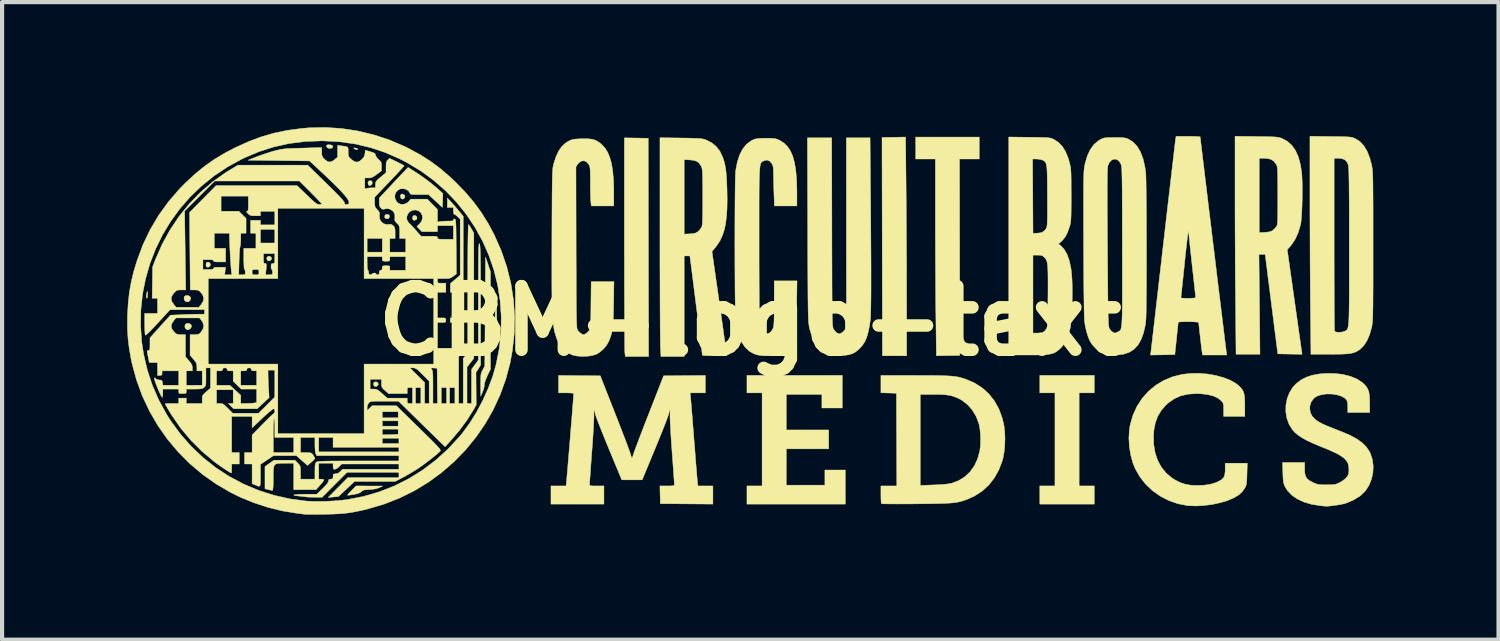
<source format=kicad_pcb>
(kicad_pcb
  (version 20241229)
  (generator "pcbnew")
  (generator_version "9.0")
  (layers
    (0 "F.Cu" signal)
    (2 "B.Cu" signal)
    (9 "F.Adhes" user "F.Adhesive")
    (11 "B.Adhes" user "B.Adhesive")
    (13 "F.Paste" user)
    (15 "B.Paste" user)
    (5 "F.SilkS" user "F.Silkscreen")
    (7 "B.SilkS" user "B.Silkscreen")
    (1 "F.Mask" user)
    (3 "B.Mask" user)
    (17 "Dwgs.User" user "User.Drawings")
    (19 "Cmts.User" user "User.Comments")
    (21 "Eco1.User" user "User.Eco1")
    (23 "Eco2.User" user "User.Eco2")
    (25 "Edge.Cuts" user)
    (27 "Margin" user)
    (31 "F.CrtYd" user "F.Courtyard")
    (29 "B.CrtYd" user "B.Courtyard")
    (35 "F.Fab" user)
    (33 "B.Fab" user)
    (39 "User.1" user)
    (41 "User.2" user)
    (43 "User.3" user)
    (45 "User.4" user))
  (footprint "CBM-logo-text"
    (layer "F.Cu")
    (at 14.933 4.646)
    (property "Reference" "CBM-logo-text" (at 0 0 0) (layer "F.SilkS") (effects (font (size 1.524 1.524) (thickness 0.3))))
    (attr through_hole)
    (fp_poly (pts (xy -11.512 -1.551) (xy -11.488 -1.535) (xy -11.468 -1.504) (xy -11.478 -1.474) (xy -11.513 -1.442) (xy -11.551 -1.442) (xy -11.574 -1.459) (xy -11.589 -1.498) (xy -11.578 -1.531) (xy -11.549 -1.552) (xy -11.512 -1.551)) (stroke (width 0.01) (type solid)) (fill yes) (layer "F.SilkS"))
    (fp_poly (pts (xy -9.471 -4.147) (xy -9.431 -4.139) (xy -9.411 -4.137) (xy -9.404 -4.125) (xy -9.407 -4.118) (xy -9.428 -4.102) (xy -9.458 -4.112) (xy -9.481 -4.129) (xy -9.504 -4.149) (xy -9.496 -4.153) (xy -9.471 -4.147)) (stroke (width 0.01) (type solid)) (fill yes) (layer "F.SilkS"))
    (fp_poly (pts (xy -9.071 -3.356) (xy -9.056 -3.322) (xy -9.063 -3.283) (xy -9.087 -3.256) (xy -9.119 -3.246) (xy -9.147 -3.26) (xy -9.155 -3.274) (xy -9.161 -3.323) (xy -9.141 -3.356) (xy -9.107 -3.365) (xy -9.071 -3.356)) (stroke (width 0.01) (type solid)) (fill yes) (layer "F.SilkS"))
    (fp_poly (pts (xy -8.954 1.461) (xy -8.93 1.477) (xy -8.91 1.508) (xy -8.919 1.538) (xy -8.954 1.57) (xy -8.993 1.57) (xy -9.016 1.552) (xy -9.031 1.514) (xy -9.02 1.48) (xy -8.991 1.46) (xy -8.954 1.461)) (stroke (width 0.01) (type solid)) (fill yes) (layer "F.SilkS"))
    (fp_poly (pts (xy -8.664 -2.548) (xy -8.648 -2.531) (xy -8.645 -2.486) (xy -8.671 -2.456) (xy -8.702 -2.449) (xy -8.74 -2.459) (xy -8.756 -2.477) (xy -8.759 -2.522) (xy -8.733 -2.552) (xy -8.702 -2.558) (xy -8.664 -2.548)) (stroke (width 0.01) (type solid)) (fill yes) (layer "F.SilkS"))
    (fp_poly (pts (xy -14.447 -0.705) (xy -14.445 -0.671) (xy -14.444 -0.64) (xy -14.446 -0.586) (xy -14.453 -0.551) (xy -14.46 -0.544) (xy -14.473 -0.56) (xy -14.476 -0.585) (xy -14.47 -0.633) (xy -14.46 -0.68) (xy -14.452 -0.707) (xy -14.447 -0.705)) (stroke (width 0.01) (type solid)) (fill yes) (layer "F.SilkS"))
    (fp_poly (pts (xy -10.039 -4.219) (xy -10.005 -4.198) (xy -10.003 -4.166) (xy -10.028 -4.144) (xy -10.07 -4.137) (xy -10.115 -4.144) (xy -10.138 -4.158) (xy -10.16 -4.193) (xy -10.148 -4.217) (xy -10.105 -4.227) (xy -10.101 -4.227) (xy -10.039 -4.219)) (stroke (width 0.01) (type solid)) (fill yes) (layer "F.SilkS"))
    (fp_poly (pts (xy -8.023 -2.528) (xy -7.992 -2.501) (xy -7.983 -2.467) (xy -7.998 -2.435) (xy -8.031 -2.416) (xy -8.068 -2.417) (xy -8.08 -2.425) (xy -8.092 -2.458) (xy -8.087 -2.498) (xy -8.067 -2.527) (xy -8.062 -2.529) (xy -8.023 -2.528)) (stroke (width 0.01) (type solid)) (fill yes) (layer "F.SilkS"))
    (fp_poly (pts (xy -12.953 -1.392) (xy -12.936 -1.356) (xy -12.936 -1.352) (xy -12.949 -1.315) (xy -12.981 -1.291) (xy -13.017 -1.29) (xy -13.033 -1.3) (xy -13.044 -1.33) (xy -13.043 -1.371) (xy -13.031 -1.402) (xy -13.026 -1.406) (xy -12.988 -1.412) (xy -12.953 -1.392)) (stroke (width 0.01) (type solid)) (fill yes) (layer "F.SilkS"))
    (fp_poly (pts (xy 8.255 1.724) (xy 7.892 1.724) (xy 7.892 3.955) (xy 8.255 3.955) (xy 8.255 4.391) (xy 6.949 4.391) (xy 6.949 3.955) (xy 7.312 3.955) (xy 7.312 1.724) (xy 6.949 1.724) (xy 6.949 1.306) (xy 8.255 1.306) (xy 8.255 1.724)) (stroke (width 0.01) (type solid)) (fill yes) (layer "F.SilkS"))
    (fp_poly (pts (xy -13.429 -0.588) (xy -13.41 -0.55) (xy -13.418 -0.506) (xy -13.435 -0.483) (xy -13.475 -0.457) (xy -13.518 -0.462) (xy -13.539 -0.473) (xy -13.564 -0.506) (xy -13.571 -0.545) (xy -13.563 -0.586) (xy -13.535 -0.607) (xy -13.523 -0.61) (xy -13.469 -0.61) (xy -13.429 -0.588)) (stroke (width 0.01) (type solid)) (fill yes) (layer "F.SilkS"))
    (fp_poly (pts (xy -8.291 -3.025) (xy -8.273 -2.989) (xy -8.273 -2.985) (xy -8.284 -2.952) (xy -8.309 -2.927) (xy -8.334 -2.922) (xy -8.35 -2.929) (xy -8.359 -2.933) (xy -8.377 -2.956) (xy -8.381 -2.995) (xy -8.372 -3.03) (xy -8.364 -3.039) (xy -8.326 -3.045) (xy -8.291 -3.025)) (stroke (width 0.01) (type solid)) (fill yes) (layer "F.SilkS"))
    (fp_poly (pts (xy -13.437 0.063) (xy -13.401 0.09) (xy -13.39 0.128) (xy -13.407 0.169) (xy -13.43 0.189) (xy -13.466 0.212) (xy -13.491 0.214) (xy -13.522 0.195) (xy -13.524 0.194) (xy -13.549 0.154) (xy -13.55 0.117) (xy -13.538 0.077) (xy -13.508 0.06) (xy -13.493 0.058) (xy -13.437 0.063)) (stroke (width 0.01) (type solid)) (fill yes) (layer "F.SilkS"))
    (fp_poly (pts (xy -2.726 -4.386) (xy -2.44 -4.381) (xy -2.431 0.853) (xy -2.989 0.853) (xy -3 0.769) (xy -3.002 0.741) (xy -3.003 0.679) (xy -3.004 0.584) (xy -3.005 0.461) (xy -3.006 0.309) (xy -3.008 0.132) (xy -3.008 -0.069) (xy -3.009 -0.291) (xy -3.01 -0.532) (xy -3.011 -0.79) (xy -3.011 -1.062) (xy -3.011 -1.348) (xy -3.012 -1.644) (xy -3.012 -1.854) (xy -3.012 -4.391) (xy -2.726 -4.386)) (stroke (width 0.01) (type solid)) (fill yes) (layer "F.SilkS"))
    (fp_poly (pts (xy 2.213 2.086) (xy 1.724 2.086) (xy 1.724 1.76) (xy 0.871 1.76) (xy 0.871 2.613) (xy 1.887 2.613) (xy 1.887 3.066) (xy 0.871 3.066) (xy 0.871 3.937) (xy 1.796 3.937) (xy 1.796 3.574) (xy 2.286 3.574) (xy 2.286 4.391) (xy -0.073 4.391) (xy -0.073 3.955) (xy 0.29 3.955) (xy 0.29 1.724) (xy -0.073 1.724) (xy -0.073 1.306) (xy 2.213 1.306) (xy 2.213 2.086)) (stroke (width 0.01) (type solid)) (fill yes) (layer "F.SilkS"))
    (fp_poly (pts (xy 5.497 -3.883) (xy 5.024 -3.883) (xy 5.03 0.826) (xy 4.749 0.83) (xy 4.469 0.835) (xy 4.457 -0.12) (xy 4.455 -0.305) (xy 4.453 -0.52) (xy 4.451 -0.76) (xy 4.45 -1.018) (xy 4.448 -1.288) (xy 4.447 -1.565) (xy 4.446 -1.843) (xy 4.445 -2.115) (xy 4.445 -2.376) (xy 4.445 -2.479) (xy 4.445 -3.883) (xy 3.973 -3.883) (xy 3.973 -4.409) (xy 5.497 -4.409) (xy 5.497 -3.883)) (stroke (width 0.01) (type solid)) (fill yes) (layer "F.SilkS"))
    (fp_poly (pts (xy -6.282 -1.357) (xy -6.223 -1.182) (xy -6.223 1.158) (xy -6.296 1.309) (xy -6.34 1.412) (xy -6.365 1.495) (xy -6.369 1.532) (xy -6.377 1.591) (xy -6.397 1.662) (xy -6.413 1.705) (xy -6.457 1.805) (xy -6.458 1.537) (xy -6.458 1.432) (xy -6.457 1.356) (xy -6.453 1.301) (xy -6.446 1.26) (xy -6.434 1.225) (xy -6.417 1.189) (xy -6.409 1.174) (xy -6.359 1.079) (xy -6.341 -1.533) (xy -6.282 -1.357)) (stroke (width 0.01) (type solid)) (fill yes) (layer "F.SilkS"))
    (fp_poly (pts (xy -9.126 3.957) (xy -8.808 3.958) (xy -8.89 3.997) (xy -8.966 4.023) (xy -9.063 4.038) (xy -9.126 4.042) (xy -9.204 4.047) (xy -9.255 4.054) (xy -9.288 4.066) (xy -9.311 4.085) (xy -9.316 4.091) (xy -9.347 4.116) (xy -9.396 4.136) (xy -9.47 4.154) (xy -9.502 4.16) (xy -9.57 4.171) (xy -9.622 4.177) (xy -9.65 4.177) (xy -9.652 4.176) (xy -9.64 4.159) (xy -9.608 4.123) (xy -9.563 4.075) (xy -9.548 4.06) (xy -9.444 3.955) (xy -9.126 3.957)) (stroke (width 0.01) (type solid)) (fill yes) (layer "F.SilkS"))
    (fp_poly (pts (xy -6.092 -0.517) (xy -6.092 -0.517) (xy -6.086 -0.481) (xy -6.081 -0.412) (xy -6.077 -0.315) (xy -6.074 -0.192) (xy -6.073 -0.047) (xy -6.073 0.009) (xy -6.073 0.16) (xy -6.075 0.292) (xy -6.079 0.399) (xy -6.084 0.478) (xy -6.089 0.526) (xy -6.092 0.535) (xy -6.097 0.541) (xy -6.102 0.524) (xy -6.105 0.481) (xy -6.108 0.41) (xy -6.11 0.309) (xy -6.111 0.177) (xy -6.111 0.01) (xy -6.111 0.009) (xy -6.111 -0.158) (xy -6.11 -0.291) (xy -6.108 -0.392) (xy -6.105 -0.463) (xy -6.102 -0.506) (xy -6.097 -0.523) (xy -6.092 -0.517)) (stroke (width 0.01) (type solid)) (fill yes) (layer "F.SilkS"))
    (fp_poly (pts (xy 3.744 -3.1) (xy 3.746 -2.835) (xy 3.748 -2.543) (xy 3.75 -2.23) (xy 3.751 -1.907) (xy 3.753 -1.58) (xy 3.754 -1.259) (xy 3.755 -0.951) (xy 3.755 -0.665) (xy 3.756 -0.478) (xy 3.756 0.835) (xy 3.175 0.835) (xy 3.171 -1.415) (xy 3.17 -1.706) (xy 3.17 -1.992) (xy 3.169 -2.27) (xy 3.169 -2.538) (xy 3.168 -2.793) (xy 3.168 -3.032) (xy 3.167 -3.253) (xy 3.167 -3.453) (xy 3.167 -3.63) (xy 3.166 -3.78) (xy 3.166 -3.901) (xy 3.166 -3.99) (xy 3.166 -4.032) (xy 3.166 -4.4) (xy 3.449 -4.405) (xy 3.731 -4.41) (xy 3.744 -3.1)) (stroke (width 0.01) (type solid)) (fill yes) (layer "F.SilkS"))
    (fp_poly (pts (xy 1.964 -2.127) (xy 1.964 -1.794) (xy 1.965 -1.495) (xy 1.966 -1.229) (xy 1.966 -0.993) (xy 1.967 -0.785) (xy 1.968 -0.605) (xy 1.969 -0.449) (xy 1.97 -0.316) (xy 1.972 -0.203) (xy 1.973 -0.11) (xy 1.975 -0.033) (xy 1.977 0.028) (xy 1.98 0.076) (xy 1.983 0.113) (xy 1.986 0.141) (xy 1.99 0.161) (xy 1.994 0.176) (xy 1.999 0.188) (xy 2.005 0.198) (xy 2.006 0.199) (xy 2.043 0.248) (xy 2.086 0.286) (xy 2.092 0.29) (xy 2.131 0.307) (xy 2.164 0.303) (xy 2.189 0.29) (xy 2.235 0.256) (xy 2.275 0.212) (xy 2.313 0.161) (xy 2.312 -2.115) (xy 2.311 -4.391) (xy 2.879 -4.391) (xy 2.891 -2.989) (xy 2.894 -2.575) (xy 2.897 -2.196) (xy 2.899 -1.852) (xy 2.901 -1.54) (xy 2.902 -1.26) (xy 2.902 -1.011) (xy 2.902 -0.791) (xy 2.901 -0.6) (xy 2.899 -0.437) (xy 2.897 -0.299) (xy 2.894 -0.187) (xy 2.891 -0.099) (xy 2.887 -0.035) (xy 2.884 -0.009) (xy 2.863 0.13) (xy 2.834 0.266) (xy 2.799 0.388) (xy 2.76 0.485) (xy 2.756 0.494) (xy 2.695 0.586) (xy 2.616 0.674) (xy 2.527 0.745) (xy 2.462 0.781) (xy 2.369 0.81) (xy 2.253 0.827) (xy 2.128 0.832) (xy 2.005 0.825) (xy 1.898 0.805) (xy 1.876 0.799) (xy 1.754 0.741) (xy 1.65 0.655) (xy 1.563 0.539) (xy 1.492 0.391) (xy 1.436 0.211) (xy 1.429 0.181) (xy 1.423 0.155) (xy 1.418 0.129) (xy 1.414 0.102) (xy 1.409 0.071) (xy 1.406 0.034) (xy 1.402 -0.011) (xy 1.4 -0.065) (xy 1.397 -0.131) (xy 1.395 -0.212) (xy 1.393 -0.308) (xy 1.392 -0.422) (xy 1.39 -0.557) (xy 1.389 -0.714) (xy 1.388 -0.894) (xy 1.387 -1.102) (xy 1.386 -1.337) (xy 1.385 -1.603) (xy 1.384 -1.901) (xy 1.384 -2.191) (xy 1.377 -4.391) (xy 1.959 -4.391) (xy 1.964 -2.127)) (stroke (width 0.01) (type solid)) (fill yes) (layer "F.SilkS"))
    (fp_poly (pts (xy 4.172 1.307) (xy 4.355 1.307) (xy 4.509 1.309) (xy 4.639 1.312) (xy 4.747 1.317) (xy 4.838 1.323) (xy 4.915 1.331) (xy 4.982 1.342) (xy 5.043 1.356) (xy 5.101 1.372) (xy 5.161 1.391) (xy 5.184 1.4) (xy 5.39 1.49) (xy 5.573 1.608) (xy 5.731 1.752) (xy 5.863 1.921) (xy 5.97 2.115) (xy 6.049 2.331) (xy 6.088 2.495) (xy 6.107 2.644) (xy 6.114 2.81) (xy 6.109 2.981) (xy 6.093 3.147) (xy 6.066 3.294) (xy 6.052 3.346) (xy 5.969 3.566) (xy 5.86 3.762) (xy 5.726 3.933) (xy 5.568 4.078) (xy 5.386 4.196) (xy 5.232 4.267) (xy 5.168 4.291) (xy 5.11 4.311) (xy 5.053 4.328) (xy 4.993 4.342) (xy 4.927 4.353) (xy 4.851 4.362) (xy 4.762 4.369) (xy 4.654 4.374) (xy 4.525 4.378) (xy 4.371 4.381) (xy 4.188 4.383) (xy 4 4.385) (xy 3.83 4.387) (xy 3.67 4.387) (xy 3.526 4.388) (xy 3.399 4.387) (xy 3.295 4.386) (xy 3.217 4.385) (xy 3.168 4.382) (xy 3.152 4.38) (xy 3.147 4.357) (xy 3.142 4.306) (xy 3.14 4.235) (xy 3.139 4.161) (xy 3.139 3.955) (xy 3.52 3.955) (xy 3.515 2.844) (xy 3.511 1.76) (xy 4.082 1.76) (xy 4.082 3.943) (xy 4.404 3.931) (xy 4.548 3.925) (xy 4.672 3.916) (xy 4.769 3.904) (xy 4.834 3.892) (xy 5.001 3.829) (xy 5.149 3.737) (xy 5.276 3.618) (xy 5.38 3.473) (xy 5.458 3.305) (xy 5.509 3.12) (xy 5.524 3.001) (xy 5.529 2.864) (xy 5.526 2.722) (xy 5.513 2.589) (xy 5.492 2.477) (xy 5.49 2.468) (xy 5.425 2.294) (xy 5.334 2.14) (xy 5.22 2.009) (xy 5.086 1.904) (xy 5.005 1.86) (xy 4.927 1.826) (xy 4.853 1.8) (xy 4.776 1.782) (xy 4.689 1.77) (xy 4.584 1.763) (xy 4.453 1.76) (xy 4.379 1.76) (xy 4.082 1.76) (xy 3.511 1.76) (xy 3.511 1.733) (xy 3.325 1.727) (xy 3.139 1.722) (xy 3.139 1.306) (xy 3.956 1.306) (xy 4.172 1.307)) (stroke (width 0.01) (type solid)) (fill yes) (layer "F.SilkS"))
    (fp_poly (pts (xy 10.98 1.273) (xy 11.175 1.308) (xy 11.355 1.358) (xy 11.515 1.421) (xy 11.649 1.498) (xy 11.712 1.546) (xy 11.766 1.599) (xy 11.807 1.649) (xy 11.834 1.705) (xy 11.852 1.773) (xy 11.861 1.86) (xy 11.865 1.974) (xy 11.865 2.027) (xy 11.865 2.286) (xy 11.357 2.286) (xy 11.357 2.133) (xy 11.356 2.056) (xy 11.352 2.005) (xy 11.341 1.969) (xy 11.321 1.938) (xy 11.31 1.924) (xy 11.228 1.854) (xy 11.116 1.801) (xy 10.973 1.764) (xy 10.803 1.745) (xy 10.698 1.742) (xy 10.504 1.755) (xy 10.332 1.794) (xy 10.178 1.862) (xy 10.037 1.959) (xy 9.967 2.023) (xy 9.858 2.149) (xy 9.776 2.286) (xy 9.72 2.439) (xy 9.686 2.614) (xy 9.676 2.74) (xy 9.68 2.958) (xy 9.714 3.16) (xy 9.776 3.345) (xy 9.866 3.509) (xy 9.982 3.651) (xy 10.124 3.769) (xy 10.203 3.818) (xy 10.326 3.878) (xy 10.446 3.917) (xy 10.574 3.938) (xy 10.722 3.944) (xy 10.894 3.937) (xy 11.041 3.915) (xy 11.169 3.876) (xy 11.225 3.852) (xy 11.301 3.811) (xy 11.35 3.765) (xy 11.379 3.706) (xy 11.392 3.626) (xy 11.394 3.558) (xy 11.394 3.411) (xy 11.924 3.411) (xy 11.917 3.669) (xy 11.914 3.773) (xy 11.91 3.847) (xy 11.904 3.901) (xy 11.895 3.941) (xy 11.882 3.975) (xy 11.862 4.01) (xy 11.861 4.012) (xy 11.803 4.094) (xy 11.73 4.162) (xy 11.633 4.224) (xy 11.591 4.246) (xy 11.443 4.309) (xy 11.268 4.36) (xy 11.079 4.4) (xy 10.883 4.425) (xy 10.692 4.436) (xy 10.516 4.429) (xy 10.487 4.426) (xy 10.257 4.381) (xy 10.039 4.305) (xy 9.836 4.2) (xy 9.651 4.069) (xy 9.487 3.914) (xy 9.348 3.737) (xy 9.237 3.542) (xy 9.18 3.401) (xy 9.129 3.215) (xy 9.097 3.016) (xy 9.085 2.813) (xy 9.095 2.62) (xy 9.115 2.493) (xy 9.182 2.26) (xy 9.279 2.048) (xy 9.403 1.856) (xy 9.553 1.688) (xy 9.725 1.544) (xy 9.918 1.427) (xy 10.13 1.339) (xy 10.359 1.281) (xy 10.57 1.257) (xy 10.777 1.256) (xy 10.98 1.273)) (stroke (width 0.01) (type solid)) (fill yes) (layer "F.SilkS"))
    (fp_poly (pts (xy 12.142 -4.423) (xy 12.293 -4.421) (xy 12.413 -4.419) (xy 12.506 -4.416) (xy 12.577 -4.413) (xy 12.631 -4.408) (xy 12.673 -4.402) (xy 12.707 -4.394) (xy 12.739 -4.383) (xy 12.756 -4.376) (xy 12.884 -4.308) (xy 12.992 -4.211) (xy 13.08 -4.087) (xy 13.149 -3.934) (xy 13.198 -3.751) (xy 13.228 -3.558) (xy 13.235 -3.462) (xy 13.24 -3.344) (xy 13.242 -3.208) (xy 13.242 -3.063) (xy 13.241 -2.913) (xy 13.237 -2.766) (xy 13.231 -2.627) (xy 13.224 -2.503) (xy 13.215 -2.4) (xy 13.205 -2.325) (xy 13.2 -2.304) (xy 13.146 -2.123) (xy 13.078 -1.97) (xy 12.994 -1.839) (xy 12.945 -1.78) (xy 12.882 -1.711) (xy 13.054 -0.497) (xy 13.083 -0.291) (xy 13.111 -0.094) (xy 13.137 0.09) (xy 13.161 0.258) (xy 13.182 0.406) (xy 13.2 0.533) (xy 13.214 0.634) (xy 13.225 0.708) (xy 13.231 0.75) (xy 13.232 0.758) (xy 13.239 0.799) (xy 12.947 0.794) (xy 12.655 0.789) (xy 12.517 -0.299) (xy 12.492 -0.497) (xy 12.468 -0.687) (xy 12.445 -0.865) (xy 12.424 -1.028) (xy 12.406 -1.173) (xy 12.391 -1.295) (xy 12.378 -1.391) (xy 12.37 -1.459) (xy 12.366 -1.492) (xy 12.353 -1.597) (xy 12.204 -1.597) (xy 12.216 -0.399) (xy 12.228 0.798) (xy 11.654 0.798) (xy 11.642 -0.538) (xy 11.639 -0.803) (xy 11.637 -1.094) (xy 11.635 -1.402) (xy 11.634 -1.721) (xy 11.632 -2.041) (xy 11.631 -2.356) (xy 11.63 -2.658) (xy 11.63 -2.937) (xy 11.63 -3.152) (xy 11.63 -3.901) (xy 12.21 -3.901) (xy 12.21 -2.119) (xy 12.345 -2.126) (xy 12.431 -2.133) (xy 12.49 -2.148) (xy 12.53 -2.169) (xy 12.578 -2.212) (xy 12.617 -2.257) (xy 12.627 -2.271) (xy 12.635 -2.287) (xy 12.641 -2.309) (xy 12.645 -2.34) (xy 12.649 -2.385) (xy 12.652 -2.446) (xy 12.653 -2.528) (xy 12.654 -2.634) (xy 12.655 -2.768) (xy 12.655 -2.933) (xy 12.655 -2.999) (xy 12.655 -3.177) (xy 12.654 -3.321) (xy 12.653 -3.437) (xy 12.652 -3.528) (xy 12.65 -3.597) (xy 12.647 -3.648) (xy 12.642 -3.686) (xy 12.636 -3.713) (xy 12.629 -3.733) (xy 12.62 -3.751) (xy 12.617 -3.756) (xy 12.561 -3.829) (xy 12.491 -3.875) (xy 12.4 -3.897) (xy 12.334 -3.901) (xy 12.21 -3.901) (xy 11.63 -3.901) (xy 11.63 -4.429) (xy 12.142 -4.423)) (stroke (width 0.01) (type solid)) (fill yes) (layer "F.SilkS"))
    (fp_poly (pts (xy -1.656 -4.387) (xy -1.505 -4.385) (xy -1.387 -4.382) (xy -1.295 -4.379) (xy -1.224 -4.376) (xy -1.171 -4.371) (xy -1.13 -4.364) (xy -1.096 -4.356) (xy -1.064 -4.345) (xy -1.051 -4.34) (xy -0.917 -4.272) (xy -0.808 -4.182) (xy -0.721 -4.068) (xy -0.653 -3.924) (xy -0.652 -3.921) (xy -0.624 -3.838) (xy -0.602 -3.752) (xy -0.585 -3.655) (xy -0.571 -3.542) (xy -0.561 -3.407) (xy -0.554 -3.244) (xy -0.551 -3.157) (xy -0.547 -2.905) (xy -0.551 -2.685) (xy -0.564 -2.493) (xy -0.586 -2.325) (xy -0.618 -2.179) (xy -0.661 -2.049) (xy -0.715 -1.933) (xy -0.782 -1.827) (xy -0.827 -1.768) (xy -0.911 -1.665) (xy -0.736 -0.447) (xy -0.707 -0.241) (xy -0.679 -0.044) (xy -0.653 0.139) (xy -0.63 0.307) (xy -0.609 0.455) (xy -0.592 0.58) (xy -0.578 0.681) (xy -0.568 0.753) (xy -0.563 0.795) (xy -0.562 0.803) (xy -0.565 0.815) (xy -0.577 0.823) (xy -0.603 0.829) (xy -0.649 0.832) (xy -0.719 0.834) (xy -0.819 0.835) (xy -0.853 0.835) (xy -0.951 0.834) (xy -1.034 0.832) (xy -1.098 0.828) (xy -1.135 0.824) (xy -1.142 0.821) (xy -1.145 0.801) (xy -1.151 0.748) (xy -1.161 0.665) (xy -1.174 0.556) (xy -1.191 0.422) (xy -1.21 0.267) (xy -1.232 0.095) (xy -1.255 -0.093) (xy -1.281 -0.292) (xy -1.291 -0.376) (xy -1.441 -1.56) (xy -1.578 -1.56) (xy -1.578 0.853) (xy -2.135 0.853) (xy -2.147 0.632) (xy -2.149 0.587) (xy -2.15 0.508) (xy -2.151 0.397) (xy -2.153 0.257) (xy -2.154 0.091) (xy -2.155 -0.1) (xy -2.156 -0.313) (xy -2.157 -0.546) (xy -2.157 -0.796) (xy -2.158 -1.061) (xy -2.159 -1.338) (xy -2.159 -1.626) (xy -2.159 -1.921) (xy -2.159 -1.991) (xy -2.159 -2.082) (xy -1.578 -2.082) (xy -1.443 -2.089) (xy -1.359 -2.097) (xy -1.3 -2.111) (xy -1.258 -2.134) (xy -1.257 -2.134) (xy -1.213 -2.176) (xy -1.173 -2.229) (xy -1.17 -2.233) (xy -1.161 -2.251) (xy -1.153 -2.271) (xy -1.147 -2.297) (xy -1.143 -2.333) (xy -1.139 -2.383) (xy -1.137 -2.45) (xy -1.135 -2.538) (xy -1.134 -2.652) (xy -1.134 -2.794) (xy -1.134 -2.966) (xy -1.134 -3.141) (xy -1.134 -3.283) (xy -1.135 -3.396) (xy -1.137 -3.485) (xy -1.139 -3.553) (xy -1.143 -3.603) (xy -1.148 -3.641) (xy -1.154 -3.668) (xy -1.161 -3.69) (xy -1.17 -3.709) (xy -1.214 -3.778) (xy -1.267 -3.823) (xy -1.337 -3.849) (xy -1.434 -3.861) (xy -1.443 -3.862) (xy -1.578 -3.868) (xy -1.578 -2.082) (xy -2.159 -2.082) (xy -2.159 -4.394) (xy -1.656 -4.387)) (stroke (width 0.01) (type solid)) (fill yes) (layer "F.SilkS"))
    (fp_poly (pts (xy 13.92 -4.423) (xy 14.068 -4.422) (xy 14.184 -4.42) (xy 14.273 -4.417) (xy 14.341 -4.414) (xy 14.392 -4.409) (xy 14.43 -4.403) (xy 14.461 -4.394) (xy 14.49 -4.383) (xy 14.509 -4.375) (xy 14.623 -4.304) (xy 14.72 -4.2) (xy 14.801 -4.064) (xy 14.865 -3.896) (xy 14.901 -3.761) (xy 14.907 -3.731) (xy 14.913 -3.702) (xy 14.918 -3.672) (xy 14.922 -3.638) (xy 14.926 -3.597) (xy 14.929 -3.548) (xy 14.932 -3.489) (xy 14.934 -3.416) (xy 14.936 -3.328) (xy 14.937 -3.222) (xy 14.938 -3.096) (xy 14.939 -2.948) (xy 14.94 -2.775) (xy 14.94 -2.575) (xy 14.94 -2.346) (xy 14.94 -2.085) (xy 14.94 -1.796) (xy 14.94 -1.5) (xy 14.94 -1.238) (xy 14.94 -1.007) (xy 14.94 -0.806) (xy 14.939 -0.632) (xy 14.938 -0.483) (xy 14.937 -0.356) (xy 14.935 -0.25) (xy 14.934 -0.161) (xy 14.931 -0.088) (xy 14.929 -0.028) (xy 14.925 0.02) (xy 14.922 0.06) (xy 14.917 0.093) (xy 14.912 0.122) (xy 14.908 0.145) (xy 14.86 0.319) (xy 14.797 0.467) (xy 14.721 0.587) (xy 14.632 0.676) (xy 14.615 0.689) (xy 14.565 0.721) (xy 14.515 0.746) (xy 14.46 0.765) (xy 14.395 0.779) (xy 14.315 0.788) (xy 14.214 0.794) (xy 14.088 0.797) (xy 13.932 0.798) (xy 13.897 0.798) (xy 13.45 0.798) (xy 13.438 -0.375) (xy 13.436 -0.599) (xy 13.434 -0.852) (xy 13.432 -1.128) (xy 13.43 -1.42) (xy 13.429 -1.723) (xy 13.428 -2.027) (xy 13.427 -2.329) (xy 13.426 -2.619) (xy 13.426 -2.893) (xy 13.426 -2.989) (xy 13.426 -3.901) (xy 14.006 -3.901) (xy 14.006 -1.843) (xy 14.006 -1.572) (xy 14.007 -1.312) (xy 14.007 -1.063) (xy 14.008 -0.829) (xy 14.008 -0.612) (xy 14.009 -0.414) (xy 14.01 -0.238) (xy 14.011 -0.085) (xy 14.013 0.041) (xy 14.014 0.139) (xy 14.015 0.206) (xy 14.017 0.24) (xy 14.017 0.243) (xy 14.042 0.262) (xy 14.09 0.271) (xy 14.15 0.271) (xy 14.212 0.262) (xy 14.259 0.246) (xy 14.276 0.237) (xy 14.292 0.229) (xy 14.305 0.22) (xy 14.317 0.207) (xy 14.328 0.189) (xy 14.336 0.163) (xy 14.344 0.127) (xy 14.35 0.079) (xy 14.355 0.018) (xy 14.36 -0.059) (xy 14.363 -0.154) (xy 14.365 -0.27) (xy 14.367 -0.407) (xy 14.368 -0.568) (xy 14.369 -0.756) (xy 14.369 -0.971) (xy 14.369 -1.217) (xy 14.369 -1.496) (xy 14.369 -1.777) (xy 14.369 -2.115) (xy 14.369 -2.418) (xy 14.368 -2.687) (xy 14.367 -2.922) (xy 14.365 -3.126) (xy 14.364 -3.298) (xy 14.361 -3.44) (xy 14.359 -3.553) (xy 14.356 -3.638) (xy 14.353 -3.695) (xy 14.349 -3.727) (xy 14.349 -3.73) (xy 14.315 -3.812) (xy 14.262 -3.867) (xy 14.184 -3.895) (xy 14.114 -3.901) (xy 14.006 -3.901) (xy 13.426 -3.901) (xy 13.426 -4.429) (xy 13.92 -4.423)) (stroke (width 0.01) (type solid)) (fill yes) (layer "F.SilkS"))
    (fp_poly (pts (xy 14.023 1.259) (xy 14.217 1.282) (xy 14.393 1.326) (xy 14.546 1.388) (xy 14.673 1.469) (xy 14.724 1.514) (xy 14.774 1.569) (xy 14.81 1.624) (xy 14.835 1.687) (xy 14.85 1.765) (xy 14.857 1.864) (xy 14.859 1.986) (xy 14.859 2.195) (xy 14.333 2.195) (xy 14.333 2.063) (xy 14.328 1.971) (xy 14.315 1.91) (xy 14.304 1.891) (xy 14.25 1.84) (xy 14.168 1.799) (xy 14.066 1.769) (xy 13.953 1.752) (xy 13.837 1.75) (xy 13.757 1.759) (xy 13.67 1.777) (xy 13.608 1.797) (xy 13.56 1.824) (xy 13.519 1.857) (xy 13.458 1.934) (xy 13.427 2.028) (xy 13.422 2.101) (xy 13.437 2.2) (xy 13.483 2.287) (xy 13.561 2.366) (xy 13.612 2.403) (xy 13.648 2.425) (xy 13.686 2.447) (xy 13.732 2.47) (xy 13.79 2.496) (xy 13.863 2.527) (xy 13.958 2.565) (xy 14.079 2.613) (xy 14.197 2.659) (xy 14.391 2.742) (xy 14.551 2.829) (xy 14.68 2.922) (xy 14.78 3.022) (xy 14.853 3.131) (xy 14.87 3.165) (xy 14.922 3.317) (xy 14.943 3.477) (xy 14.936 3.638) (xy 14.902 3.795) (xy 14.842 3.942) (xy 14.757 4.072) (xy 14.649 4.18) (xy 14.627 4.197) (xy 14.466 4.296) (xy 14.294 4.368) (xy 14.26 4.379) (xy 14.202 4.392) (xy 14.123 4.407) (xy 14.035 4.42) (xy 13.948 4.432) (xy 13.872 4.44) (xy 13.818 4.443) (xy 13.807 4.442) (xy 13.776 4.439) (xy 13.721 4.434) (xy 13.653 4.427) (xy 13.652 4.426) (xy 13.457 4.394) (xy 13.28 4.341) (xy 13.124 4.268) (xy 12.994 4.179) (xy 12.892 4.075) (xy 12.824 3.964) (xy 12.806 3.92) (xy 12.793 3.872) (xy 12.785 3.814) (xy 12.78 3.735) (xy 12.776 3.633) (xy 12.769 3.393) (xy 13.299 3.393) (xy 13.299 3.542) (xy 13.303 3.645) (xy 13.32 3.721) (xy 13.354 3.778) (xy 13.411 3.825) (xy 13.494 3.87) (xy 13.55 3.895) (xy 13.596 3.912) (xy 13.643 3.922) (xy 13.701 3.926) (xy 13.781 3.928) (xy 13.825 3.928) (xy 13.917 3.927) (xy 13.983 3.924) (xy 14.032 3.917) (xy 14.075 3.904) (xy 14.12 3.884) (xy 14.142 3.873) (xy 14.212 3.831) (xy 14.276 3.78) (xy 14.305 3.749) (xy 14.335 3.707) (xy 14.352 3.667) (xy 14.359 3.616) (xy 14.36 3.558) (xy 14.355 3.482) (xy 14.338 3.415) (xy 14.305 3.355) (xy 14.255 3.299) (xy 14.183 3.244) (xy 14.087 3.187) (xy 13.964 3.128) (xy 13.811 3.062) (xy 13.708 3.021) (xy 13.524 2.944) (xy 13.371 2.874) (xy 13.247 2.807) (xy 13.147 2.741) (xy 13.067 2.675) (xy 13.009 2.611) (xy 12.927 2.48) (xy 12.873 2.333) (xy 12.848 2.178) (xy 12.85 2.02) (xy 12.879 1.865) (xy 12.935 1.719) (xy 13.016 1.589) (xy 13.091 1.508) (xy 13.207 1.418) (xy 13.335 1.35) (xy 13.481 1.301) (xy 13.65 1.27) (xy 13.816 1.257) (xy 14.023 1.259)) (stroke (width 0.01) (type solid)) (fill yes) (layer "F.SilkS"))
    (fp_poly (pts (xy -3.807 -4.361) (xy -3.722 -4.34) (xy -3.649 -4.304) (xy -3.578 -4.252) (xy -3.56 -4.237) (xy -3.481 -4.151) (xy -3.415 -4.049) (xy -3.363 -3.926) (xy -3.322 -3.78) (xy -3.293 -3.608) (xy -3.275 -3.407) (xy -3.266 -3.176) (xy -3.266 -3.08) (xy -3.266 -2.758) (xy -3.805 -2.758) (xy -3.816 -2.853) (xy -3.82 -2.901) (xy -3.823 -2.977) (xy -3.826 -3.075) (xy -3.827 -3.188) (xy -3.828 -3.307) (xy -3.828 -3.32) (xy -3.828 -3.447) (xy -3.83 -3.543) (xy -3.832 -3.614) (xy -3.836 -3.664) (xy -3.842 -3.7) (xy -3.851 -3.727) (xy -3.864 -3.75) (xy -3.864 -3.751) (xy -3.918 -3.813) (xy -3.979 -3.841) (xy -4.042 -3.834) (xy -4.102 -3.793) (xy -4.132 -3.757) (xy -4.173 -3.695) (xy -4.169 -1.758) (xy -4.168 -1.451) (xy -4.167 -1.178) (xy -4.166 -0.938) (xy -4.166 -0.727) (xy -4.165 -0.545) (xy -4.164 -0.388) (xy -4.163 -0.255) (xy -4.161 -0.144) (xy -4.16 -0.053) (xy -4.158 0.021) (xy -4.155 0.08) (xy -4.152 0.125) (xy -4.149 0.159) (xy -4.146 0.183) (xy -4.141 0.201) (xy -4.136 0.213) (xy -4.131 0.223) (xy -4.126 0.23) (xy -4.084 0.275) (xy -4.04 0.308) (xy -4.001 0.326) (xy -3.968 0.321) (xy -3.943 0.308) (xy -3.898 0.274) (xy -3.857 0.23) (xy -3.846 0.214) (xy -3.838 0.196) (xy -3.831 0.171) (xy -3.826 0.135) (xy -3.822 0.084) (xy -3.819 0.014) (xy -3.817 -0.078) (xy -3.816 -0.199) (xy -3.814 -0.35) (xy -3.814 -0.382) (xy -3.808 -0.943) (xy -3.262 -0.943) (xy -3.27 -0.404) (xy -3.273 -0.225) (xy -3.278 -0.078) (xy -3.284 0.044) (xy -3.292 0.145) (xy -3.304 0.23) (xy -3.32 0.304) (xy -3.341 0.373) (xy -3.367 0.442) (xy -3.391 0.499) (xy -3.445 0.591) (xy -3.522 0.68) (xy -3.611 0.755) (xy -3.688 0.8) (xy -3.784 0.829) (xy -3.901 0.846) (xy -4.027 0.85) (xy -4.15 0.84) (xy -4.256 0.817) (xy -4.256 0.817) (xy -4.378 0.761) (xy -4.481 0.677) (xy -4.567 0.564) (xy -4.635 0.422) (xy -4.688 0.25) (xy -4.724 0.045) (xy -4.736 -0.06) (xy -4.74 -0.125) (xy -4.743 -0.222) (xy -4.746 -0.353) (xy -4.748 -0.516) (xy -4.75 -0.714) (xy -4.751 -0.947) (xy -4.751 -1.214) (xy -4.751 -1.517) (xy -4.75 -1.855) (xy -4.75 -1.959) (xy -4.749 -2.244) (xy -4.748 -2.495) (xy -4.747 -2.714) (xy -4.746 -2.904) (xy -4.745 -3.067) (xy -4.743 -3.205) (xy -4.742 -3.322) (xy -4.74 -3.418) (xy -4.738 -3.498) (xy -4.735 -3.562) (xy -4.732 -3.614) (xy -4.728 -3.656) (xy -4.724 -3.689) (xy -4.719 -3.717) (xy -4.714 -3.742) (xy -4.707 -3.767) (xy -4.703 -3.781) (xy -4.649 -3.946) (xy -4.586 -4.078) (xy -4.513 -4.183) (xy -4.427 -4.264) (xy -4.346 -4.314) (xy -4.301 -4.335) (xy -4.257 -4.35) (xy -4.204 -4.359) (xy -4.133 -4.365) (xy -4.043 -4.369) (xy -3.911 -4.37) (xy -3.807 -4.361)) (stroke (width 0.01) (type solid)) (fill yes) (layer "F.SilkS"))
    (fp_poly (pts (xy 0.478 -4.38) (xy 0.547 -4.378) (xy 0.598 -4.372) (xy 0.64 -4.362) (xy 0.681 -4.345) (xy 0.712 -4.331) (xy 0.811 -4.269) (xy 0.896 -4.187) (xy 0.966 -4.084) (xy 1.023 -3.956) (xy 1.066 -3.803) (xy 1.097 -3.622) (xy 1.116 -3.411) (xy 1.124 -3.168) (xy 1.125 -3.089) (xy 1.125 -2.758) (xy 0.586 -2.758) (xy 0.574 -3.071) (xy 0.57 -3.189) (xy 0.567 -3.309) (xy 0.564 -3.419) (xy 0.563 -3.51) (xy 0.562 -3.547) (xy 0.561 -3.634) (xy 0.554 -3.695) (xy 0.542 -3.739) (xy 0.526 -3.77) (xy 0.476 -3.831) (xy 0.419 -3.857) (xy 0.355 -3.849) (xy 0.334 -3.84) (xy 0.316 -3.832) (xy 0.3 -3.824) (xy 0.285 -3.816) (xy 0.273 -3.803) (xy 0.262 -3.785) (xy 0.252 -3.76) (xy 0.244 -3.725) (xy 0.238 -3.679) (xy 0.232 -3.618) (xy 0.228 -3.542) (xy 0.225 -3.449) (xy 0.222 -3.335) (xy 0.22 -3.2) (xy 0.219 -3.04) (xy 0.218 -2.855) (xy 0.218 -2.642) (xy 0.218 -2.398) (xy 0.218 -2.123) (xy 0.218 -1.813) (xy 0.218 -1.801) (xy 0.218 -1.457) (xy 0.219 -1.145) (xy 0.22 -0.866) (xy 0.221 -0.619) (xy 0.222 -0.405) (xy 0.224 -0.226) (xy 0.227 -0.081) (xy 0.229 0.03) (xy 0.232 0.105) (xy 0.236 0.144) (xy 0.236 0.149) (xy 0.264 0.206) (xy 0.308 0.258) (xy 0.358 0.296) (xy 0.401 0.308) (xy 0.461 0.291) (xy 0.514 0.245) (xy 0.552 0.18) (xy 0.56 0.153) (xy 0.567 0.118) (xy 0.572 0.07) (xy 0.576 0.005) (xy 0.578 -0.081) (xy 0.58 -0.193) (xy 0.58 -0.334) (xy 0.581 -0.427) (xy 0.581 -0.962) (xy 1.128 -0.962) (xy 1.12 -0.413) (xy 1.118 -0.248) (xy 1.115 -0.115) (xy 1.111 -0.009) (xy 1.106 0.074) (xy 1.101 0.14) (xy 1.094 0.192) (xy 1.085 0.235) (xy 1.08 0.254) (xy 1.021 0.428) (xy 0.95 0.569) (xy 0.864 0.678) (xy 0.762 0.758) (xy 0.683 0.796) (xy 0.574 0.824) (xy 0.448 0.836) (xy 0.316 0.834) (xy 0.192 0.817) (xy 0.101 0.79) (xy -0.016 0.725) (xy -0.115 0.633) (xy -0.196 0.514) (xy -0.261 0.365) (xy -0.308 0.187) (xy -0.34 -0.023) (xy -0.344 -0.064) (xy -0.347 -0.116) (xy -0.35 -0.201) (xy -0.353 -0.315) (xy -0.355 -0.454) (xy -0.357 -0.615) (xy -0.359 -0.795) (xy -0.36 -0.991) (xy -0.361 -1.199) (xy -0.362 -1.416) (xy -0.362 -1.639) (xy -0.363 -1.865) (xy -0.362 -2.091) (xy -0.362 -2.312) (xy -0.361 -2.527) (xy -0.36 -2.731) (xy -0.359 -2.922) (xy -0.357 -3.096) (xy -0.355 -3.25) (xy -0.353 -3.381) (xy -0.35 -3.485) (xy -0.347 -3.56) (xy -0.344 -3.601) (xy -0.344 -3.601) (xy -0.305 -3.806) (xy -0.25 -3.978) (xy -0.178 -4.119) (xy -0.09 -4.231) (xy 0.016 -4.313) (xy 0.068 -4.341) (xy 0.111 -4.358) (xy 0.156 -4.369) (xy 0.212 -4.376) (xy 0.288 -4.38) (xy 0.381 -4.381) (xy 0.478 -4.38)) (stroke (width 0.01) (type solid)) (fill yes) (layer "F.SilkS"))
    (fp_poly (pts (xy 10.603 -4.426) (xy 10.687 -4.424) (xy 10.751 -4.42) (xy 10.788 -4.416) (xy 10.795 -4.413) (xy 10.797 -4.393) (xy 10.803 -4.34) (xy 10.813 -4.255) (xy 10.827 -4.142) (xy 10.844 -4.002) (xy 10.863 -3.839) (xy 10.886 -3.655) (xy 10.91 -3.452) (xy 10.937 -3.233) (xy 10.965 -3) (xy 10.994 -2.756) (xy 11.025 -2.503) (xy 11.057 -2.244) (xy 11.088 -1.981) (xy 11.121 -1.716) (xy 11.153 -1.453) (xy 11.184 -1.193) (xy 11.215 -0.939) (xy 11.245 -0.694) (xy 11.274 -0.459) (xy 11.301 -0.238) (xy 11.326 -0.033) (xy 11.349 0.153) (xy 11.369 0.319) (xy 11.386 0.462) (xy 11.401 0.578) (xy 11.412 0.667) (xy 11.419 0.724) (xy 11.422 0.748) (xy 11.433 0.816) (xy 10.851 0.816) (xy 10.841 0.757) (xy 10.836 0.723) (xy 10.828 0.661) (xy 10.818 0.58) (xy 10.807 0.485) (xy 10.796 0.384) (xy 10.784 0.284) (xy 10.774 0.192) (xy 10.766 0.116) (xy 10.761 0.061) (xy 10.759 0.036) (xy 10.742 0.03) (xy 10.697 0.025) (xy 10.632 0.021) (xy 10.554 0.019) (xy 10.473 0.018) (xy 10.396 0.019) (xy 10.33 0.021) (xy 10.285 0.026) (xy 10.268 0.032) (xy 10.266 0.053) (xy 10.26 0.105) (xy 10.252 0.182) (xy 10.242 0.279) (xy 10.231 0.389) (xy 10.227 0.426) (xy 10.187 0.807) (xy 9.895 0.812) (xy 9.604 0.817) (xy 9.61 0.767) (xy 9.613 0.743) (xy 9.62 0.686) (xy 9.63 0.596) (xy 9.644 0.477) (xy 9.661 0.33) (xy 9.681 0.157) (xy 9.704 -0.039) (xy 9.729 -0.256) (xy 9.756 -0.493) (xy 9.766 -0.576) (xy 10.333 -0.576) (xy 10.334 -0.561) (xy 10.346 -0.552) (xy 10.377 -0.547) (xy 10.432 -0.545) (xy 10.506 -0.544) (xy 10.582 -0.546) (xy 10.642 -0.55) (xy 10.679 -0.556) (xy 10.686 -0.56) (xy 10.684 -0.581) (xy 10.679 -0.634) (xy 10.67 -0.715) (xy 10.658 -0.821) (xy 10.644 -0.947) (xy 10.629 -1.09) (xy 10.611 -1.245) (xy 10.604 -1.306) (xy 10.587 -1.468) (xy 10.57 -1.62) (xy 10.555 -1.759) (xy 10.542 -1.88) (xy 10.532 -1.98) (xy 10.525 -2.053) (xy 10.521 -2.096) (xy 10.521 -2.102) (xy 10.519 -2.168) (xy 10.504 -2.114) (xy 10.499 -2.084) (xy 10.491 -2.022) (xy 10.48 -1.933) (xy 10.467 -1.82) (xy 10.452 -1.688) (xy 10.436 -1.541) (xy 10.42 -1.383) (xy 10.415 -1.333) (xy 10.398 -1.174) (xy 10.383 -1.025) (xy 10.368 -0.891) (xy 10.356 -0.775) (xy 10.346 -0.682) (xy 10.339 -0.616) (xy 10.334 -0.58) (xy 10.333 -0.576) (xy 9.766 -0.576) (xy 9.785 -0.746) (xy 9.816 -1.015) (xy 9.849 -1.297) (xy 9.882 -1.589) (xy 9.906 -1.796) (xy 9.941 -2.095) (xy 9.974 -2.385) (xy 10.006 -2.663) (xy 10.037 -2.928) (xy 10.066 -3.177) (xy 10.093 -3.409) (xy 10.117 -3.62) (xy 10.14 -3.81) (xy 10.159 -3.975) (xy 10.175 -4.115) (xy 10.188 -4.226) (xy 10.198 -4.307) (xy 10.204 -4.355) (xy 10.206 -4.368) (xy 10.216 -4.427) (xy 10.506 -4.427) (xy 10.603 -4.426)) (stroke (width 0.01) (type solid)) (fill yes) (layer "F.SilkS"))
    (fp_poly (pts (xy 6.699 -4.405) (xy 6.846 -4.404) (xy 6.962 -4.402) (xy 7.051 -4.399) (xy 7.118 -4.396) (xy 7.167 -4.391) (xy 7.205 -4.385) (xy 7.234 -4.377) (xy 7.261 -4.366) (xy 7.284 -4.355) (xy 7.396 -4.282) (xy 7.491 -4.183) (xy 7.569 -4.055) (xy 7.633 -3.896) (xy 7.661 -3.796) (xy 7.672 -3.751) (xy 7.681 -3.709) (xy 7.688 -3.664) (xy 7.693 -3.613) (xy 7.697 -3.55) (xy 7.699 -3.471) (xy 7.701 -3.371) (xy 7.701 -3.246) (xy 7.702 -3.092) (xy 7.702 -3.012) (xy 7.702 -2.844) (xy 7.701 -2.708) (xy 7.7 -2.599) (xy 7.698 -2.513) (xy 7.695 -2.447) (xy 7.691 -2.394) (xy 7.686 -2.352) (xy 7.678 -2.315) (xy 7.668 -2.28) (xy 7.659 -2.25) (xy 7.611 -2.117) (xy 7.557 -2.014) (xy 7.492 -1.933) (xy 7.464 -1.906) (xy 7.397 -1.847) (xy 7.452 -1.804) (xy 7.535 -1.716) (xy 7.603 -1.597) (xy 7.657 -1.445) (xy 7.696 -1.261) (xy 7.713 -1.118) (xy 7.721 -1) (xy 7.726 -0.861) (xy 7.727 -0.706) (xy 7.726 -0.544) (xy 7.722 -0.382) (xy 7.716 -0.225) (xy 7.707 -0.08) (xy 7.696 0.044) (xy 7.683 0.142) (xy 7.677 0.175) (xy 7.63 0.347) (xy 7.569 0.489) (xy 7.49 0.605) (xy 7.433 0.665) (xy 7.385 0.707) (xy 7.339 0.74) (xy 7.291 0.766) (xy 7.235 0.785) (xy 7.168 0.799) (xy 7.084 0.808) (xy 6.978 0.813) (xy 6.845 0.816) (xy 6.682 0.816) (xy 6.67 0.816) (xy 6.205 0.816) (xy 6.205 -1.578) (xy 6.785 -1.578) (xy 6.785 0.29) (xy 6.884 0.29) (xy 6.949 0.287) (xy 7.005 0.278) (xy 7.027 0.271) (xy 7.065 0.242) (xy 7.102 0.198) (xy 7.104 0.193) (xy 7.113 0.177) (xy 7.12 0.157) (xy 7.126 0.131) (xy 7.131 0.093) (xy 7.134 0.042) (xy 7.137 -0.028) (xy 7.14 -0.118) (xy 7.141 -0.234) (xy 7.143 -0.378) (xy 7.144 -0.554) (xy 7.145 -0.594) (xy 7.146 -0.791) (xy 7.146 -0.956) (xy 7.145 -1.091) (xy 7.143 -1.2) (xy 7.139 -1.287) (xy 7.133 -1.354) (xy 7.124 -1.406) (xy 7.113 -1.446) (xy 7.098 -1.477) (xy 7.08 -1.502) (xy 7.058 -1.526) (xy 7.057 -1.527) (xy 7.023 -1.556) (xy 6.988 -1.572) (xy 6.937 -1.578) (xy 6.896 -1.578) (xy 6.785 -1.578) (xy 6.205 -1.578) (xy 6.205 -3.883) (xy 6.776 -3.883) (xy 6.781 -2.994) (xy 6.786 -2.105) (xy 6.865 -2.105) (xy 6.93 -2.109) (xy 6.99 -2.121) (xy 7 -2.124) (xy 7.048 -2.154) (xy 7.091 -2.2) (xy 7.095 -2.206) (xy 7.104 -2.222) (xy 7.112 -2.24) (xy 7.118 -2.263) (xy 7.123 -2.295) (xy 7.127 -2.339) (xy 7.129 -2.399) (xy 7.131 -2.479) (xy 7.131 -2.582) (xy 7.132 -2.712) (xy 7.131 -2.872) (xy 7.131 -2.986) (xy 7.13 -3.179) (xy 7.129 -3.34) (xy 7.127 -3.47) (xy 7.124 -3.575) (xy 7.119 -3.656) (xy 7.112 -3.718) (xy 7.102 -3.764) (xy 7.089 -3.797) (xy 7.073 -3.82) (xy 7.053 -3.837) (xy 7.03 -3.851) (xy 7.024 -3.854) (xy 6.973 -3.871) (xy 6.906 -3.881) (xy 6.873 -3.883) (xy 6.776 -3.883) (xy 6.205 -3.883) (xy 6.205 -4.411) (xy 6.699 -4.405)) (stroke (width 0.01) (type solid)) (fill yes) (layer "F.SilkS"))
    (fp_poly (pts (xy -1.07 1.724) (xy -1.436 1.724) (xy -1.425 1.819) (xy -1.422 1.855) (xy -1.416 1.924) (xy -1.408 2.022) (xy -1.398 2.144) (xy -1.386 2.286) (xy -1.374 2.446) (xy -1.36 2.618) (xy -1.346 2.8) (xy -1.343 2.839) (xy -1.328 3.022) (xy -1.314 3.197) (xy -1.302 3.36) (xy -1.29 3.506) (xy -1.279 3.633) (xy -1.271 3.736) (xy -1.264 3.811) (xy -1.26 3.855) (xy -1.26 3.86) (xy -1.249 3.955) (xy -0.889 3.955) (xy -0.889 4.391) (xy -1.519 4.386) (xy -2.15 4.381) (xy -2.155 4.168) (xy -2.16 3.955) (xy -1.987 3.955) (xy -1.907 3.955) (xy -1.857 3.952) (xy -1.829 3.947) (xy -1.817 3.936) (xy -1.814 3.918) (xy -1.814 3.914) (xy -1.816 3.888) (xy -1.819 3.829) (xy -1.825 3.743) (xy -1.833 3.632) (xy -1.842 3.501) (xy -1.853 3.354) (xy -1.865 3.195) (xy -1.87 3.121) (xy -1.882 2.954) (xy -1.893 2.794) (xy -1.902 2.645) (xy -1.909 2.512) (xy -1.915 2.4) (xy -1.918 2.314) (xy -1.918 2.257) (xy -1.918 2.245) (xy -1.915 2.184) (xy -1.914 2.143) (xy -1.917 2.128) (xy -1.917 2.129) (xy -1.925 2.148) (xy -1.939 2.194) (xy -1.957 2.254) (xy -1.957 2.256) (xy -1.972 2.299) (xy -1.998 2.371) (xy -2.035 2.468) (xy -2.082 2.586) (xy -2.135 2.72) (xy -2.195 2.866) (xy -2.258 3.021) (xy -2.288 3.093) (xy -2.585 3.81) (xy -2.83 3.81) (xy -3.075 3.81) (xy -3.374 3.089) (xy -3.439 2.932) (xy -3.5 2.781) (xy -3.556 2.641) (xy -3.606 2.516) (xy -3.647 2.41) (xy -3.678 2.327) (xy -3.697 2.271) (xy -3.702 2.255) (xy -3.718 2.195) (xy -3.732 2.151) (xy -3.739 2.133) (xy -3.742 2.145) (xy -3.743 2.185) (xy -3.741 2.244) (xy -3.741 2.246) (xy -3.741 2.291) (xy -3.744 2.367) (xy -3.749 2.47) (xy -3.755 2.595) (xy -3.764 2.739) (xy -3.774 2.895) (xy -3.786 3.06) (xy -3.791 3.121) (xy -3.803 3.284) (xy -3.814 3.436) (xy -3.824 3.575) (xy -3.832 3.695) (xy -3.839 3.793) (xy -3.844 3.865) (xy -3.846 3.907) (xy -3.846 3.914) (xy -3.845 3.933) (xy -3.835 3.945) (xy -3.81 3.952) (xy -3.764 3.955) (xy -3.689 3.955) (xy -3.674 3.955) (xy -3.502 3.955) (xy -3.502 4.391) (xy -4.772 4.391) (xy -4.772 3.955) (xy -4.411 3.955) (xy -4.4 3.86) (xy -4.397 3.827) (xy -4.392 3.763) (xy -4.384 3.672) (xy -4.374 3.558) (xy -4.363 3.425) (xy -4.351 3.276) (xy -4.337 3.116) (xy -4.323 2.948) (xy -4.309 2.778) (xy -4.296 2.607) (xy -4.282 2.442) (xy -4.269 2.285) (xy -4.258 2.14) (xy -4.248 2.012) (xy -4.239 1.904) (xy -4.233 1.821) (xy -4.229 1.766) (xy -4.227 1.744) (xy -4.245 1.733) (xy -4.299 1.726) (xy -4.389 1.724) (xy -4.409 1.724) (xy -4.59 1.724) (xy -4.59 1.306) (xy -4.09 1.311) (xy -3.59 1.315) (xy -3.24 2.204) (xy -3.172 2.378) (xy -3.107 2.544) (xy -3.048 2.698) (xy -2.994 2.838) (xy -2.948 2.96) (xy -2.911 3.06) (xy -2.884 3.135) (xy -2.868 3.18) (xy -2.866 3.189) (xy -2.851 3.241) (xy -2.838 3.276) (xy -2.831 3.284) (xy -2.821 3.268) (xy -2.805 3.227) (xy -2.79 3.18) (xy -2.778 3.142) (xy -2.753 3.075) (xy -2.718 2.982) (xy -2.674 2.865) (xy -2.622 2.73) (xy -2.564 2.578) (xy -2.501 2.415) (xy -2.434 2.244) (xy -2.415 2.195) (xy -2.071 1.315) (xy -1.07 1.306) (xy -1.07 1.724)) (stroke (width 0.01) (type solid)) (fill yes) (layer "F.SilkS"))
    (fp_poly (pts (xy 8.849 -4.399) (xy 8.924 -4.396) (xy 8.98 -4.39) (xy 9.023 -4.381) (xy 9.063 -4.366) (xy 9.074 -4.361) (xy 9.188 -4.288) (xy 9.285 -4.184) (xy 9.365 -4.048) (xy 9.427 -3.882) (xy 9.471 -3.685) (xy 9.488 -3.565) (xy 9.491 -3.518) (xy 9.494 -3.437) (xy 9.497 -3.323) (xy 9.499 -3.179) (xy 9.501 -3.006) (xy 9.503 -2.807) (xy 9.505 -2.583) (xy 9.506 -2.336) (xy 9.506 -2.068) (xy 9.507 -1.782) (xy 9.507 -1.73) (xy 9.507 -1.436) (xy 9.506 -1.176) (xy 9.506 -0.948) (xy 9.505 -0.749) (xy 9.504 -0.578) (xy 9.503 -0.431) (xy 9.501 -0.308) (xy 9.499 -0.205) (xy 9.497 -0.12) (xy 9.494 -0.051) (xy 9.49 0.005) (xy 9.486 0.048) (xy 9.482 0.083) (xy 9.48 0.093) (xy 9.436 0.287) (xy 9.377 0.448) (xy 9.301 0.579) (xy 9.207 0.679) (xy 9.094 0.751) (xy 8.961 0.796) (xy 8.807 0.814) (xy 8.755 0.815) (xy 8.675 0.812) (xy 8.6 0.806) (xy 8.545 0.798) (xy 8.54 0.797) (xy 8.419 0.751) (xy 8.307 0.675) (xy 8.211 0.575) (xy 8.149 0.478) (xy 8.109 0.383) (xy 8.072 0.264) (xy 8.041 0.134) (xy 8.021 0.009) (xy 8.018 -0.032) (xy 8.015 -0.107) (xy 8.012 -0.214) (xy 8.01 -0.349) (xy 8.008 -0.512) (xy 8.005 -0.699) (xy 8.004 -0.909) (xy 8.002 -1.138) (xy 8.001 -1.385) (xy 8 -1.647) (xy 7.999 -1.869) (xy 7.998 -2.159) (xy 7.998 -2.414) (xy 7.998 -2.639) (xy 7.998 -2.834) (xy 7.998 -2.978) (xy 8.566 -2.978) (xy 8.566 -2.775) (xy 8.567 -2.542) (xy 8.569 -2.278) (xy 8.57 -1.98) (xy 8.572 -1.76) (xy 8.574 -1.458) (xy 8.576 -1.189) (xy 8.578 -0.952) (xy 8.58 -0.746) (xy 8.581 -0.567) (xy 8.583 -0.413) (xy 8.585 -0.284) (xy 8.587 -0.175) (xy 8.59 -0.086) (xy 8.592 -0.014) (xy 8.595 0.042) (xy 8.598 0.086) (xy 8.602 0.12) (xy 8.606 0.144) (xy 8.61 0.162) (xy 8.615 0.176) (xy 8.618 0.182) (xy 8.66 0.239) (xy 8.713 0.278) (xy 8.75 0.289) (xy 8.775 0.282) (xy 8.815 0.264) (xy 8.818 0.263) (xy 8.836 0.254) (xy 8.851 0.247) (xy 8.865 0.238) (xy 8.877 0.226) (xy 8.887 0.209) (xy 8.896 0.184) (xy 8.904 0.15) (xy 8.91 0.105) (xy 8.915 0.046) (xy 8.92 -0.028) (xy 8.923 -0.12) (xy 8.925 -0.231) (xy 8.927 -0.364) (xy 8.928 -0.521) (xy 8.928 -0.703) (xy 8.928 -0.914) (xy 8.928 -1.154) (xy 8.928 -1.426) (xy 8.927 -1.731) (xy 8.927 -1.784) (xy 8.927 -2.089) (xy 8.926 -2.36) (xy 8.926 -2.599) (xy 8.925 -2.808) (xy 8.924 -2.989) (xy 8.924 -3.144) (xy 8.922 -3.276) (xy 8.921 -3.387) (xy 8.919 -3.478) (xy 8.917 -3.552) (xy 8.915 -3.611) (xy 8.912 -3.657) (xy 8.909 -3.692) (xy 8.905 -3.719) (xy 8.901 -3.739) (xy 8.896 -3.755) (xy 8.891 -3.767) (xy 8.846 -3.836) (xy 8.791 -3.874) (xy 8.731 -3.881) (xy 8.673 -3.859) (xy 8.622 -3.808) (xy 8.584 -3.73) (xy 8.581 -3.717) (xy 8.577 -3.695) (xy 8.574 -3.656) (xy 8.571 -3.599) (xy 8.569 -3.521) (xy 8.568 -3.422) (xy 8.567 -3.3) (xy 8.566 -3.152) (xy 8.566 -2.978) (xy 7.998 -2.978) (xy 7.998 -3.002) (xy 7.998 -3.146) (xy 7.999 -3.267) (xy 8 -3.369) (xy 8.002 -3.453) (xy 8.004 -3.523) (xy 8.007 -3.579) (xy 8.01 -3.625) (xy 8.014 -3.664) (xy 8.019 -3.696) (xy 8.024 -3.725) (xy 8.03 -3.753) (xy 8.033 -3.767) (xy 8.086 -3.952) (xy 8.157 -4.106) (xy 8.244 -4.228) (xy 8.35 -4.32) (xy 8.415 -4.358) (xy 8.453 -4.375) (xy 8.492 -4.387) (xy 8.538 -4.394) (xy 8.601 -4.398) (xy 8.687 -4.399) (xy 8.745 -4.4) (xy 8.849 -4.399)) (stroke (width 0.01) (type solid)) (fill yes) (layer "F.SilkS"))
    (fp_poly (pts (xy -9.802 -4.616) (xy -9.411 -4.557) (xy -9.025 -4.465) (xy -8.647 -4.341) (xy -8.281 -4.184) (xy -8.201 -4.145) (xy -7.919 -3.993) (xy -7.662 -3.83) (xy -7.419 -3.649) (xy -7.181 -3.444) (xy -7.06 -3.329) (xy -6.824 -3.086) (xy -6.618 -2.842) (xy -6.435 -2.591) (xy -6.269 -2.323) (xy -6.133 -2.067) (xy -5.965 -1.688) (xy -5.832 -1.3) (xy -5.734 -0.906) (xy -5.671 -0.506) (xy -5.644 -0.102) (xy -5.653 0.305) (xy -5.698 0.714) (xy -5.751 1.003) (xy -5.854 1.391) (xy -5.989 1.765) (xy -6.155 2.125) (xy -6.35 2.467) (xy -6.573 2.79) (xy -6.822 3.094) (xy -7.096 3.375) (xy -7.392 3.632) (xy -7.71 3.865) (xy -8.047 4.07) (xy -8.403 4.246) (xy -8.774 4.392) (xy -9.161 4.506) (xy -9.162 4.507) (xy -9.322 4.545) (xy -9.462 4.574) (xy -9.593 4.597) (xy -9.722 4.613) (xy -9.86 4.624) (xy -10.014 4.631) (xy -10.195 4.635) (xy -10.214 4.636) (xy -10.338 4.637) (xy -10.451 4.638) (xy -10.548 4.638) (xy -10.624 4.637) (xy -10.673 4.635) (xy -10.686 4.634) (xy -10.724 4.629) (xy -10.787 4.62) (xy -10.864 4.611) (xy -10.895 4.607) (xy -11.224 4.552) (xy -11.562 4.468) (xy -11.898 4.358) (xy -12.224 4.224) (xy -12.444 4.117) (xy -12.796 3.912) (xy -13.125 3.68) (xy -13.432 3.421) (xy -13.714 3.137) (xy -13.971 2.831) (xy -14.2 2.504) (xy -14.4 2.159) (xy -14.571 1.796) (xy -14.709 1.418) (xy -14.816 1.027) (xy -14.839 0.916) (xy -14.884 0.664) (xy -14.913 0.429) (xy -14.927 0.195) (xy -14.927 0.114) (xy -14.612 0.114) (xy -14.585 0.501) (xy -14.541 0.789) (xy -14.452 1.174) (xy -14.329 1.546) (xy -14.171 1.906) (xy -13.981 2.252) (xy -13.889 2.395) (xy -13.655 2.715) (xy -13.395 3.01) (xy -13.113 3.277) (xy -12.809 3.518) (xy -12.485 3.729) (xy -12.144 3.91) (xy -11.786 4.061) (xy -11.414 4.18) (xy -11.029 4.266) (xy -10.641 4.318) (xy -10.495 4.326) (xy -10.325 4.327) (xy -10.143 4.323) (xy -9.958 4.313) (xy -9.784 4.298) (xy -9.659 4.283) (xy -9.271 4.208) (xy -8.895 4.099) (xy -8.532 3.957) (xy -8.184 3.783) (xy -7.853 3.577) (xy -7.54 3.341) (xy -7.246 3.076) (xy -6.973 2.781) (xy -6.893 2.685) (xy -6.721 2.451) (xy -6.558 2.19) (xy -6.41 1.91) (xy -6.279 1.62) (xy -6.17 1.33) (xy -6.09 1.052) (xy -6.013 0.666) (xy -5.971 0.28) (xy -5.964 -0.104) (xy -5.991 -0.483) (xy -6.049 -0.855) (xy -6.14 -1.22) (xy -6.261 -1.573) (xy -6.412 -1.915) (xy -6.592 -2.242) (xy -6.8 -2.554) (xy -7.035 -2.847) (xy -7.296 -3.12) (xy -7.583 -3.371) (xy -7.893 -3.598) (xy -8.228 -3.799) (xy -8.391 -3.883) (xy -8.744 -4.038) (xy -9.102 -4.158) (xy -9.466 -4.244) (xy -9.842 -4.297) (xy -10.231 -4.318) (xy -10.287 -4.318) (xy -10.679 -4.302) (xy -11.056 -4.254) (xy -11.422 -4.172) (xy -11.78 -4.057) (xy -12.134 -3.907) (xy -12.183 -3.883) (xy -12.528 -3.694) (xy -12.85 -3.479) (xy -13.149 -3.238) (xy -13.423 -2.975) (xy -13.671 -2.69) (xy -13.892 -2.386) (xy -14.086 -2.065) (xy -14.251 -1.728) (xy -14.387 -1.379) (xy -14.491 -1.018) (xy -14.565 -0.647) (xy -14.605 -0.27) (xy -14.612 0.114) (xy -14.927 0.114) (xy -14.928 -0.053) (xy -14.926 -0.136) (xy -14.91 -0.42) (xy -14.882 -0.681) (xy -14.838 -0.931) (xy -14.778 -1.181) (xy -14.699 -1.442) (xy -14.696 -1.451) (xy -14.553 -1.834) (xy -14.38 -2.194) (xy -14.178 -2.535) (xy -13.945 -2.858) (xy -13.68 -3.164) (xy -13.55 -3.297) (xy -13.315 -3.517) (xy -13.081 -3.708) (xy -12.838 -3.879) (xy -12.578 -4.034) (xy -12.346 -4.155) (xy -12.029 -4.299) (xy -11.72 -4.415) (xy -11.41 -4.505) (xy -11.091 -4.571) (xy -10.753 -4.616) (xy -10.582 -4.631) (xy -10.194 -4.641) (xy -9.802 -4.616)) (stroke (width 0.01) (type solid)) (fill yes) (layer "F.SilkS"))
    (fp_poly (pts (xy -9.802 -4.2) (xy -9.723 -4.19) (xy -9.674 -4.18) (xy -9.647 -4.164) (xy -9.636 -4.137) (xy -9.634 -4.093) (xy -9.634 -4.057) (xy -9.633 -3.992) (xy -9.625 -3.951) (xy -9.606 -3.919) (xy -9.57 -3.884) (xy -9.561 -3.876) (xy -9.491 -3.825) (xy -9.427 -3.809) (xy -9.366 -3.827) (xy -9.303 -3.878) (xy -9.257 -3.934) (xy -9.236 -3.988) (xy -9.231 -4.021) (xy -9.226 -4.096) (xy -9.103 -4.059) (xy -9.038 -4.038) (xy -9 -4.02) (xy -8.984 -4.001) (xy -8.981 -3.982) (xy -8.966 -3.943) (xy -8.928 -3.895) (xy -8.908 -3.876) (xy -8.867 -3.836) (xy -8.845 -3.802) (xy -8.837 -3.76) (xy -8.836 -3.705) (xy -8.836 -3.599) (xy -8.952 -3.514) (xy -9.016 -3.469) (xy -9.064 -3.443) (xy -9.108 -3.431) (xy -9.151 -3.429) (xy -9.235 -3.429) (xy -9.235 -3.17) (xy -9.178 -3.182) (xy -9.12 -3.19) (xy -9.055 -3.193) (xy -9.051 -3.193) (xy -8.981 -3.193) (xy -8.98 -3.27) (xy -8.978 -3.308) (xy -8.969 -3.338) (xy -8.948 -3.368) (xy -8.908 -3.406) (xy -8.853 -3.452) (xy -8.727 -3.557) (xy -8.727 -3.69) (xy -8.725 -3.761) (xy -8.719 -3.807) (xy -8.705 -3.838) (xy -8.685 -3.861) (xy -8.643 -3.9) (xy -8.467 -3.816) (xy -8.396 -3.78) (xy -8.338 -3.75) (xy -8.301 -3.729) (xy -8.292 -3.721) (xy -8.304 -3.705) (xy -8.338 -3.667) (xy -8.39 -3.61) (xy -8.459 -3.536) (xy -8.54 -3.45) (xy -8.63 -3.355) (xy -8.645 -3.339) (xy -8.999 -2.968) (xy -8.999 -2.848) (xy -8.997 -2.782) (xy -8.99 -2.739) (xy -8.973 -2.707) (xy -8.941 -2.673) (xy -8.938 -2.669) (xy -8.9 -2.629) (xy -8.884 -2.594) (xy -8.884 -2.547) (xy -8.886 -2.53) (xy -8.879 -2.448) (xy -8.844 -2.381) (xy -8.786 -2.333) (xy -8.712 -2.312) (xy -8.654 -2.316) (xy -8.604 -2.317) (xy -8.562 -2.292) (xy -8.554 -2.285) (xy -8.53 -2.259) (xy -8.517 -2.228) (xy -8.51 -2.183) (xy -8.509 -2.112) (xy -8.509 -2.11) (xy -8.509 -1.978) (xy -8.636 -1.978) (xy -8.636 -1.651) (xy -8.255 -1.651) (xy -8.255 -1.978) (xy -8.4 -1.978) (xy -8.4 -2.128) (xy -8.401 -2.203) (xy -8.405 -2.251) (xy -8.415 -2.284) (xy -8.435 -2.312) (xy -8.463 -2.34) (xy -8.501 -2.38) (xy -8.517 -2.414) (xy -8.518 -2.456) (xy -8.515 -2.479) (xy -8.516 -2.502) (xy -8.23 -2.502) (xy -8.226 -2.428) (xy -8.187 -2.359) (xy -8.16 -2.331) (xy -8.12 -2.292) (xy -8.066 -2.235) (xy -8.009 -2.172) (xy -7.994 -2.154) (xy -7.888 -2.032) (xy -7.69 -2.032) (xy -7.604 -2.032) (xy -7.547 -2.03) (xy -7.514 -2.025) (xy -7.498 -2.016) (xy -7.493 -2.002) (xy -7.493 -1.996) (xy -7.491 -1.98) (xy -7.479 -1.969) (xy -7.452 -1.963) (xy -7.403 -1.96) (xy -7.326 -1.959) (xy -7.303 -1.959) (xy -7.112 -1.959) (xy -7.112 -2.286) (xy -7.493 -2.286) (xy -7.493 -2.141) (xy -7.867 -2.141) (xy -7.927 -2.203) (xy -7.988 -2.266) (xy -7.922 -2.328) (xy -7.872 -2.394) (xy -7.853 -2.465) (xy -7.86 -2.534) (xy -7.89 -2.594) (xy -7.941 -2.638) (xy -8.008 -2.661) (xy -8.088 -2.656) (xy -8.156 -2.622) (xy -8.197 -2.576) (xy -8.23 -2.502) (xy -8.516 -2.502) (xy -8.518 -2.562) (xy -8.552 -2.626) (xy -8.617 -2.673) (xy -8.63 -2.679) (xy -8.688 -2.695) (xy -8.739 -2.69) (xy -8.75 -2.686) (xy -8.794 -2.676) (xy -8.827 -2.688) (xy -8.848 -2.706) (xy -8.873 -2.738) (xy -8.886 -2.778) (xy -8.889 -2.839) (xy -8.889 -2.847) (xy -8.889 -2.948) (xy -8.66 -3.193) (xy -8.577 -3.282) (xy -8.493 -3.372) (xy -8.415 -3.455) (xy -8.35 -3.524) (xy -8.315 -3.56) (xy -8.198 -3.682) (xy -8.05 -3.589) (xy -7.925 -3.507) (xy -7.79 -3.411) (xy -7.657 -3.311) (xy -7.538 -3.213) (xy -7.469 -3.153) (xy -7.364 -3.057) (xy -7.369 -2.889) (xy -7.375 -2.722) (xy -7.541 -2.876) (xy -7.708 -3.03) (xy -7.926 -3.03) (xy -8.018 -3.03) (xy -8.081 -3.032) (xy -8.12 -3.037) (xy -8.141 -3.045) (xy -8.152 -3.057) (xy -8.155 -3.066) (xy -8.189 -3.12) (xy -8.246 -3.156) (xy -8.315 -3.173) (xy -8.385 -3.167) (xy -8.441 -3.139) (xy -8.494 -3.077) (xy -8.517 -3.004) (xy -8.509 -2.928) (xy -8.471 -2.859) (xy -8.44 -2.829) (xy -8.375 -2.799) (xy -8.302 -2.798) (xy -8.231 -2.823) (xy -8.181 -2.865) (xy -8.134 -2.921) (xy -7.737 -2.921) (xy -7.615 -2.798) (xy -7.493 -2.675) (xy -7.493 -2.372) (xy -7.436 -2.384) (xy -7.389 -2.389) (xy -7.321 -2.393) (xy -7.246 -2.395) (xy -7.246 -2.395) (xy -7.175 -2.396) (xy -7.134 -2.401) (xy -7.115 -2.411) (xy -7.112 -2.423) (xy -7.099 -2.445) (xy -7.08 -2.446) (xy -7.072 -2.442) (xy -7.065 -2.432) (xy -7.06 -2.412) (xy -7.055 -2.379) (xy -7.052 -2.33) (xy -7.049 -2.26) (xy -7.048 -2.167) (xy -7.046 -2.046) (xy -7.045 -1.895) (xy -7.044 -1.784) (xy -7.039 -1.128) (xy -7.115 -1.072) (xy -7.156 -1.044) (xy -7.193 -1.027) (xy -7.236 -1.019) (xy -7.299 -1.016) (xy -7.342 -1.016) (xy -7.493 -1.016) (xy -7.493 -0.962) (xy -7.491 -0.93) (xy -7.48 -0.914) (xy -7.451 -0.908) (xy -7.395 -0.907) (xy -7.293 -0.907) (xy -7.293 -0.689) (xy -7.493 -0.689) (xy -7.493 -0.073) (xy -7.393 -0.073) (xy -7.336 -0.072) (xy -7.306 -0.066) (xy -7.295 -0.05) (xy -7.293 -0.019) (xy -7.293 -0.018) (xy -7.295 0.013) (xy -7.306 0.029) (xy -7.335 0.035) (xy -7.392 0.036) (xy -7.493 0.036) (xy -7.493 0.653) (xy -6.912 0.653) (xy -6.912 0.036) (xy -7.185 0.036) (xy -7.185 -0.073) (xy -6.912 -0.073) (xy -6.912 -0.689) (xy -7.185 -0.689) (xy -7.184 -0.794) (xy -7.184 -0.898) (xy -7.066 -0.997) (xy -6.949 -1.097) (xy -6.949 -2.442) (xy -7.009 -2.5) (xy -7.049 -2.535) (xy -7.081 -2.556) (xy -7.09 -2.558) (xy -7.105 -2.575) (xy -7.112 -2.623) (xy -7.112 -2.64) (xy -7.112 -2.721) (xy -7.257 -2.721) (xy -7.256 -2.835) (xy -7.256 -2.948) (xy -7.164 -2.85) (xy -7.105 -2.785) (xy -7.038 -2.707) (xy -6.977 -2.634) (xy -6.974 -2.63) (xy -6.876 -2.509) (xy -6.876 0.73) (xy -6.931 0.792) (xy -6.985 0.854) (xy -6.985 1.978) (xy -6.876 1.978) (xy -6.876 0.897) (xy -6.822 0.834) (xy -6.769 0.771) (xy -6.768 -0.777) (xy -6.768 -1.056) (xy -6.767 -1.311) (xy -6.766 -1.541) (xy -6.765 -1.743) (xy -6.763 -1.917) (xy -6.761 -2.061) (xy -6.758 -2.174) (xy -6.756 -2.255) (xy -6.753 -2.302) (xy -6.75 -2.314) (xy -6.733 -2.294) (xy -6.705 -2.251) (xy -6.678 -2.206) (xy -6.622 -2.109) (xy -6.622 -0.606) (xy -6.622 0.898) (xy -6.704 1.002) (xy -6.785 1.106) (xy -6.785 1.978) (xy -6.677 1.978) (xy -6.677 1.161) (xy -6.595 1.048) (xy -6.513 0.936) (xy -6.513 -0.48) (xy -6.512 -0.742) (xy -6.512 -0.97) (xy -6.512 -1.166) (xy -6.511 -1.332) (xy -6.51 -1.471) (xy -6.509 -1.584) (xy -6.507 -1.675) (xy -6.505 -1.744) (xy -6.502 -1.795) (xy -6.5 -1.829) (xy -6.496 -1.848) (xy -6.492 -1.855) (xy -6.487 -1.853) (xy -6.486 -1.851) (xy -6.481 -1.838) (xy -6.477 -1.815) (xy -6.473 -1.781) (xy -6.47 -1.732) (xy -6.468 -1.668) (xy -6.465 -1.584) (xy -6.464 -1.48) (xy -6.462 -1.352) (xy -6.461 -1.199) (xy -6.46 -1.018) (xy -6.46 -0.807) (xy -6.46 -0.564) (xy -6.46 -0.374) (xy -6.459 1.057) (xy -6.514 1.147) (xy -6.57 1.237) (xy -6.564 2.013) (xy -6.623 2.118) (xy -6.78 2.369) (xy -6.968 2.625) (xy -7.186 2.88) (xy -7.198 2.893) (xy -7.311 3.016) (xy -7.869 2.47) (xy -8.427 1.924) (xy -8.764 1.924) (xy -8.883 1.924) (xy -8.97 1.924) (xy -9.033 1.927) (xy -9.075 1.931) (xy -9.103 1.937) (xy -9.121 1.947) (xy -9.137 1.961) (xy -9.141 1.965) (xy -9.174 2.026) (xy -9.18 2.078) (xy -9.18 2.148) (xy -9.12 2.09) (xy -9.061 2.032) (xy -8.479 2.032) (xy -7.94 2.56) (xy -7.808 2.69) (xy -7.699 2.797) (xy -7.612 2.883) (xy -7.545 2.951) (xy -7.495 3.004) (xy -7.46 3.043) (xy -7.438 3.071) (xy -7.426 3.091) (xy -7.423 3.106) (xy -7.426 3.116) (xy -7.433 3.126) (xy -7.47 3.161) (xy -7.53 3.213) (xy -7.607 3.275) (xy -7.694 3.343) (xy -7.784 3.412) (xy -7.872 3.476) (xy -7.951 3.531) (xy -7.97 3.544) (xy -8.056 3.598) (xy -8.158 3.659) (xy -8.261 3.718) (xy -8.315 3.747) (xy -8.503 3.846) (xy -9.481 3.846) (xy -9.674 4.028) (xy -9.868 4.21) (xy -9.991 4.221) (xy -10.115 4.232) (xy -9.879 3.994) (xy -9.643 3.756) (xy -8.418 3.756) (xy -8.418 3.629) (xy -9.661 3.629) (xy -9.96 3.928) (xy -10.259 4.227) (xy -10.441 4.226) (xy -10.52 4.225) (xy -10.585 4.223) (xy -10.629 4.22) (xy -10.641 4.218) (xy -10.667 4.214) (xy -10.718 4.208) (xy -10.786 4.201) (xy -10.8 4.2) (xy -10.88 4.191) (xy -10.925 4.183) (xy -10.938 4.174) (xy -10.918 4.167) (xy -10.868 4.161) (xy -10.789 4.156) (xy -10.682 4.154) (xy -10.663 4.154) (xy -10.387 4.154) (xy -10.246 4.018) (xy -10.175 3.946) (xy -10.13 3.893) (xy -10.109 3.854) (xy -10.106 3.837) (xy -10.1 3.805) (xy -10.075 3.793) (xy -10.051 3.792) (xy -10.015 3.788) (xy -10 3.77) (xy -9.997 3.728) (xy -9.994 3.686) (xy -9.978 3.668) (xy -9.939 3.665) (xy -9.937 3.665) (xy -9.878 3.652) (xy -9.825 3.611) (xy -9.824 3.61) (xy -9.772 3.556) (xy -8.418 3.556) (xy -8.418 3.429) (xy -9.79 3.429) (xy -9.852 3.493) (xy -9.899 3.532) (xy -9.943 3.554) (xy -9.955 3.556) (xy -9.982 3.551) (xy -9.994 3.531) (xy -9.997 3.484) (xy -9.997 3.411) (xy -10.341 3.411) (xy -10.341 3.792) (xy -10.278 3.792) (xy -10.236 3.797) (xy -10.215 3.809) (xy -10.214 3.811) (xy -10.226 3.833) (xy -10.256 3.874) (xy -10.299 3.926) (xy -10.31 3.938) (xy -10.405 4.045) (xy -10.94 4.046) (xy -10.94 3.411) (xy -11.144 3.411) (xy -11.242 3.412) (xy -11.314 3.416) (xy -11.365 3.428) (xy -11.398 3.454) (xy -11.418 3.497) (xy -11.427 3.562) (xy -11.43 3.655) (xy -11.43 3.772) (xy -11.431 3.898) (xy -11.435 3.989) (xy -11.441 4.044) (xy -11.449 4.064) (xy -11.449 4.064) (xy -11.477 4.06) (xy -11.526 4.049) (xy -11.549 4.044) (xy -11.63 4.023) (xy -11.63 3.491) (xy -11.522 3.414) (xy -11.414 3.338) (xy -10.911 3.338) (xy -10.844 3.407) (xy -10.812 3.441) (xy -10.792 3.47) (xy -10.782 3.503) (xy -10.778 3.551) (xy -10.777 3.625) (xy -10.777 3.634) (xy -10.777 3.792) (xy -10.432 3.792) (xy -10.432 3.604) (xy -10.431 3.516) (xy -10.428 3.458) (xy -10.42 3.42) (xy -10.408 3.396) (xy -10.399 3.386) (xy -10.389 3.38) (xy -10.373 3.374) (xy -10.348 3.37) (xy -10.312 3.366) (xy -10.26 3.363) (xy -10.191 3.361) (xy -10.102 3.359) (xy -9.989 3.358) (xy -9.849 3.357) (xy -9.68 3.357) (xy -9.479 3.356) (xy -9.392 3.356) (xy -8.418 3.356) (xy -8.418 3.229) (xy -10.39 3.229) (xy -10.411 3.183) (xy -10.42 3.145) (xy -10.428 3.081) (xy -10.432 3.003) (xy -10.432 2.966) (xy -10.432 2.794) (xy -10.341 2.794) (xy -10.341 3.139) (xy -8.418 3.139) (xy -8.418 3.03) (xy -9.997 3.03) (xy -9.997 2.812) (xy -8.817 2.812) (xy -8.817 2.939) (xy -8.418 2.939) (xy -8.418 2.812) (xy -8.817 2.812) (xy -9.997 2.812) (xy -9.997 2.794) (xy -10.341 2.794) (xy -10.432 2.794) (xy -10.777 2.794) (xy -10.777 3.157) (xy -10.645 3.157) (xy -10.577 3.158) (xy -10.535 3.163) (xy -10.508 3.175) (xy -10.487 3.199) (xy -10.473 3.22) (xy -10.447 3.263) (xy -10.433 3.293) (xy -10.432 3.297) (xy -10.445 3.315) (xy -10.478 3.349) (xy -10.521 3.387) (xy -10.61 3.464) (xy -10.743 3.347) (xy -10.876 3.229) (xy -11.426 3.229) (xy -11.581 3.334) (xy -11.737 3.438) (xy -11.738 3.707) (xy -11.738 3.814) (xy -11.739 3.888) (xy -11.744 3.935) (xy -11.756 3.959) (xy -11.777 3.964) (xy -11.811 3.954) (xy -11.859 3.933) (xy -11.877 3.926) (xy -11.938 3.9) (xy -11.938 3.429) (xy -12.119 3.429) (xy -12.119 3.157) (xy -11.938 3.157) (xy -11.938 2.759) (xy -11.43 2.759) (xy -11.43 3.157) (xy -10.94 3.157) (xy -10.94 2.794) (xy -11.394 2.794) (xy -11.394 2.731) (xy -8.818 2.731) (xy -8.436 2.719) (xy -8.436 2.594) (xy -8.817 2.594) (xy -8.818 2.731) (xy -11.394 2.731) (xy -11.394 2.566) (xy -11.395 2.463) (xy -11.399 2.392) (xy -11.406 2.355) (xy -11.412 2.349) (xy -11.418 2.371) (xy -11.423 2.426) (xy -11.427 2.512) (xy -11.429 2.625) (xy -11.43 2.759) (xy -11.938 2.759) (xy -11.938 2.734) (xy -11.689 2.478) (xy -11.611 2.399) (xy -11.54 2.329) (xy -11.482 2.273) (xy -11.439 2.234) (xy -11.417 2.217) (xy -11.416 2.217) (xy -11.398 2.197) (xy -11.393 2.161) (xy -11.4 2.125) (xy -11.418 2.105) (xy -11.423 2.105) (xy -11.445 2.117) (xy -11.489 2.15) (xy -11.549 2.2) (xy -11.621 2.264) (xy -11.695 2.333) (xy -11.938 2.562) (xy -11.938 2.286) (xy -12.428 2.286) (xy -12.428 3.157) (xy -12.246 3.157) (xy -12.246 3.429) (xy -12.428 3.429) (xy -12.428 3.538) (xy -12.429 3.595) (xy -12.433 3.635) (xy -12.437 3.647) (xy -12.458 3.637) (xy -12.503 3.61) (xy -12.564 3.571) (xy -12.635 3.523) (xy -12.71 3.472) (xy -12.782 3.421) (xy -12.845 3.374) (xy -12.845 3.374) (xy -13.139 3.128) (xy -13.41 2.857) (xy -13.655 2.564) (xy -13.869 2.254) (xy -13.917 2.176) (xy -13.959 2.104) (xy -13.994 2.044) (xy -14.017 2.003) (xy -14.024 1.986) (xy -14.008 1.983) (xy -13.963 1.98) (xy -13.898 1.978) (xy -13.861 1.978) (xy -13.698 1.978) (xy -13.698 1.851) (xy -13.516 1.851) (xy -13.516 1.978) (xy -13.135 1.978) (xy -13.135 1.88) (xy -13.134 1.828) (xy -13.126 1.793) (xy -13.106 1.762) (xy -13.067 1.724) (xy -13.036 1.697) (xy -12.982 1.651) (xy -12.791 1.651) (xy -12.791 1.978) (xy -12.713 1.978) (xy -12.674 1.98) (xy -12.641 1.989) (xy -12.607 2.012) (xy -12.562 2.052) (xy -12.519 2.095) (xy -12.402 2.213) (xy -11.784 2.213) (xy -11.394 1.824) (xy -11.394 1.179) (xy -11.557 1.179) (xy -11.555 1.293) (xy -11.554 1.358) (xy -11.55 1.447) (xy -11.546 1.547) (xy -11.542 1.622) (xy -11.53 1.837) (xy -11.672 1.971) (xy -11.814 2.105) (xy -12.384 2.105) (xy -12.508 1.978) (xy -12.392 1.978) (xy -12.392 1.651) (xy -12.791 1.651) (xy -12.982 1.651) (xy -12.936 1.612) (xy -12.936 1.197) (xy -12.791 1.197) (xy -12.791 1.542) (xy -12.472 1.542) (xy -12.341 1.662) (xy -12.21 1.781) (xy -12.21 1.978) (xy -12.076 1.978) (xy -12.001 1.976) (xy -11.933 1.972) (xy -11.886 1.966) (xy -11.886 1.966) (xy -11.829 1.955) (xy -11.829 1.633) (xy -12.2 1.633) (xy -12.296 1.538) (xy -12.392 1.444) (xy -12.392 1.197) (xy -12.21 1.197) (xy -12.21 1.542) (xy -11.829 1.542) (xy -11.829 1.197) (xy -11.893 1.197) (xy -11.936 1.193) (xy -11.954 1.178) (xy -11.956 1.161) (xy -11.965 1.135) (xy -11.997 1.125) (xy -12.011 1.125) (xy -12.05 1.131) (xy -12.064 1.152) (xy -12.065 1.161) (xy -12.071 1.185) (xy -12.096 1.195) (xy -12.138 1.197) (xy -12.21 1.197) (xy -12.392 1.197) (xy -12.464 1.197) (xy -12.512 1.194) (xy -12.533 1.182) (xy -12.537 1.161) (xy -12.545 1.135) (xy -12.577 1.125) (xy -12.591 1.125) (xy -12.631 1.131) (xy -12.645 1.152) (xy -12.646 1.161) (xy -12.652 1.185) (xy -12.676 1.195) (xy -12.718 1.197) (xy -12.791 1.197) (xy -12.936 1.197) (xy -12.936 1.125) (xy -13.045 1.125) (xy -13.045 1.341) (xy -13.045 1.433) (xy -13.047 1.496) (xy -13.052 1.536) (xy -13.06 1.562) (xy -13.075 1.58) (xy -13.093 1.595) (xy -13.119 1.613) (xy -13.152 1.624) (xy -13.198 1.63) (xy -13.267 1.632) (xy -13.328 1.633) (xy -13.516 1.633) (xy -13.516 1.687) (xy -13.518 1.72) (xy -13.531 1.736) (xy -13.562 1.741) (xy -13.607 1.742) (xy -13.661 1.741) (xy -13.688 1.733) (xy -13.697 1.714) (xy -13.698 1.687) (xy -13.698 1.633) (xy -14.079 1.633) (xy -14.079 1.733) (xy -14.081 1.787) (xy -14.087 1.824) (xy -14.093 1.832) (xy -14.107 1.817) (xy -14.129 1.774) (xy -14.159 1.712) (xy -14.192 1.637) (xy -14.224 1.556) (xy -14.254 1.477) (xy -14.262 1.456) (xy -14.279 1.396) (xy -14.28 1.365) (xy -14.266 1.365) (xy -14.242 1.388) (xy -14.209 1.407) (xy -14.161 1.415) (xy -14.159 1.415) (xy -14.118 1.419) (xy -14.097 1.438) (xy -14.087 1.479) (xy -14.075 1.542) (xy -13.698 1.542) (xy -13.698 1.197) (xy -14.097 1.197) (xy -14.097 1.252) (xy -14.101 1.29) (xy -14.123 1.305) (xy -14.151 1.306) (xy -14.206 1.306) (xy -14.206 0.998) (xy -14.403 0.998) (xy -14.424 0.894) (xy -14.437 0.829) (xy -14.449 0.773) (xy -14.454 0.748) (xy -14.455 0.717) (xy -14.431 0.708) (xy -14.426 0.708) (xy -14.407 0.705) (xy -14.396 0.693) (xy -14.39 0.664) (xy -14.388 0.61) (xy -14.387 0.556) (xy -14.387 0.404) (xy -14.144 0.135) (xy -13.878 0.135) (xy -13.856 0.199) (xy -13.814 0.254) (xy -13.774 0.295) (xy -13.741 0.317) (xy -13.7 0.325) (xy -13.641 0.327) (xy -13.535 0.327) (xy -13.535 0.858) (xy -13.453 0.953) (xy -13.407 1.011) (xy -13.382 1.055) (xy -13.372 1.098) (xy -13.371 1.123) (xy -13.371 1.197) (xy -13.516 1.197) (xy -13.516 1.542) (xy -13.135 1.542) (xy -13.135 1.197) (xy -13.262 1.197) (xy -13.262 1.105) (xy -13.265 1.052) (xy -13.276 1.011) (xy -13.302 0.969) (xy -13.344 0.917) (xy -13.426 0.822) (xy -13.426 0.327) (xy -13.318 0.327) (xy -13.257 0.325) (xy -13.218 0.317) (xy -13.189 0.296) (xy -13.155 0.256) (xy -13.109 0.177) (xy -13.1 0.099) (xy -13.126 0.023) (xy -13.149 -0.01) (xy -13.199 -0.073) (xy -13.482 -0.073) (xy -13.764 -0.073) (xy -13.822 -0.001) (xy -13.867 0.07) (xy -13.878 0.135) (xy -14.144 0.135) (xy -14.142 0.132) (xy -13.897 -0.139) (xy -13.622 -0.151) (xy -13.513 -0.156) (xy -13.403 -0.159) (xy -13.305 -0.162) (xy -13.23 -0.163) (xy -13.214 -0.163) (xy -13.081 -0.163) (xy -13.081 -0.272) (xy -13.494 -0.271) (xy -13.906 -0.27) (xy -14.196 0.046) (xy -14.303 0.161) (xy -14.386 0.247) (xy -14.447 0.306) (xy -14.485 0.336) (xy -14.5 0.34) (xy -14.505 0.314) (xy -14.509 0.26) (xy -14.512 0.184) (xy -14.514 0.093) (xy -14.514 0.068) (xy -14.514 -0.181) (xy -14.206 -0.181) (xy -14.206 -0.53) (xy -13.879 -0.53) (xy -13.861 -0.463) (xy -13.82 -0.402) (xy -13.761 -0.328) (xy -13.488 -0.328) (xy -13.214 -0.327) (xy -13.157 -0.398) (xy -13.11 -0.475) (xy -13.099 -0.549) (xy -13.123 -0.623) (xy -13.158 -0.672) (xy -13.195 -0.713) (xy -13.227 -0.734) (xy -13.268 -0.742) (xy -13.319 -0.744) (xy -13.421 -0.744) (xy -13.424 -1.016) (xy -12.99 -1.016) (xy -12.99 1.034) (xy -11.321 1.034) (xy -11.321 2.703) (xy -9.253 2.703) (xy -9.253 2.395) (xy -8.817 2.395) (xy -8.817 2.522) (xy -8.436 2.522) (xy -8.436 2.395) (xy -8.817 2.395) (xy -9.253 2.395) (xy -9.253 2.177) (xy -8.817 2.177) (xy -8.817 2.322) (xy -8.436 2.322) (xy -8.436 2.177) (xy -8.817 2.177) (xy -9.253 2.177) (xy -9.253 1.397) (xy -9.108 1.397) (xy -9.108 1.633) (xy -9.025 1.633) (xy -8.982 1.635) (xy -8.946 1.645) (xy -8.909 1.666) (xy -8.86 1.706) (xy -8.819 1.742) (xy -8.696 1.851) (xy -8.219 1.851) (xy -8.219 1.914) (xy -8.216 1.957) (xy -8.2 1.974) (xy -8.16 1.978) (xy -8.155 1.978) (xy -8.092 1.978) (xy -8.092 1.597) (xy -8.019 1.597) (xy -8.019 1.978) (xy -7.892 1.978) (xy -7.892 1.597) (xy -8.019 1.597) (xy -8.092 1.597) (xy -8.155 1.597) (xy -8.196 1.599) (xy -8.214 1.612) (xy -8.219 1.648) (xy -8.219 1.669) (xy -8.219 1.742) (xy -8.667 1.742) (xy -8.751 1.668) (xy -8.798 1.625) (xy -8.823 1.591) (xy -8.834 1.554) (xy -8.836 1.5) (xy -8.836 1.495) (xy -8.836 1.397) (xy -9.108 1.397) (xy -9.253 1.397) (xy -9.253 1.125) (xy -8.155 1.125) (xy -7.978 1.3) (xy -7.801 1.475) (xy -7.801 1.978) (xy -7.693 1.978) (xy -7.693 1.443) (xy -7.851 1.284) (xy -7.918 1.217) (xy -7.967 1.172) (xy -8.003 1.145) (xy -8.033 1.131) (xy -8.04 1.129) (xy -7.651 1.129) (xy -7.645 1.143) (xy -7.633 1.157) (xy -7.623 1.172) (xy -7.615 1.194) (xy -7.609 1.229) (xy -7.605 1.281) (xy -7.603 1.355) (xy -7.602 1.455) (xy -7.602 1.584) (xy -7.602 1.978) (xy -7.492 1.978) (xy -7.497 1.597) (xy -7.402 1.597) (xy -7.402 1.978) (xy -7.275 1.978) (xy -7.275 1.597) (xy -7.203 1.597) (xy -7.203 1.978) (xy -7.076 1.978) (xy -7.076 1.597) (xy -7.203 1.597) (xy -7.275 1.597) (xy -7.402 1.597) (xy -7.497 1.597) (xy -7.497 1.556) (xy -7.502 1.134) (xy -7.583 1.128) (xy -7.632 1.126) (xy -7.651 1.129) (xy -8.04 1.129) (xy -8.063 1.126) (xy -8.082 1.125) (xy -8.155 1.125) (xy -9.253 1.125) (xy -9.253 1.034) (xy -7.584 1.034) (xy -7.584 -1.016) (xy -9.253 -1.016) (xy -9.253 -1.542) (xy -9.18 -1.542) (xy -9.18 -1.379) (xy -9.178 -1.301) (xy -9.173 -1.245) (xy -9.165 -1.217) (xy -9.162 -1.216) (xy -9.149 -1.2) (xy -9.144 -1.162) (xy -9.144 -1.161) (xy -9.134 -1.119) (xy -9.105 -1.106) (xy -9.064 -1.125) (xy -9.053 -1.134) (xy -9.019 -1.15) (xy -8.984 -1.148) (xy -8.964 -1.13) (xy -8.963 -1.123) (xy -8.947 -1.11) (xy -8.926 -1.107) (xy -8.9 -1.115) (xy -8.89 -1.147) (xy -8.89 -1.161) (xy -8.884 -1.201) (xy -8.863 -1.215) (xy -8.854 -1.216) (xy -8.827 -1.224) (xy -8.818 -1.256) (xy -8.817 -1.27) (xy -8.815 -1.302) (xy -8.803 -1.318) (xy -8.772 -1.324) (xy -8.727 -1.324) (xy -8.673 -1.323) (xy -8.646 -1.316) (xy -8.637 -1.297) (xy -8.636 -1.27) (xy -8.636 -1.216) (xy -8.255 -1.216) (xy -8.255 -1.542) (xy -8.636 -1.542) (xy -8.636 -1.488) (xy -8.638 -1.455) (xy -8.65 -1.439) (xy -8.682 -1.434) (xy -8.727 -1.433) (xy -8.78 -1.434) (xy -8.807 -1.442) (xy -8.816 -1.461) (xy -8.817 -1.488) (xy -8.817 -1.542) (xy -9.18 -1.542) (xy -9.253 -1.542) (xy -9.253 -1.978) (xy -9.18 -1.978) (xy -9.18 -1.651) (xy -8.817 -1.651) (xy -8.817 -1.978) (xy -9.18 -1.978) (xy -9.253 -1.978) (xy -9.253 -2.703) (xy -11.321 -2.703) (xy -11.321 -1.016) (xy -12.99 -1.016) (xy -13.424 -1.016) (xy -13.428 -1.47) (xy -13.117 -1.47) (xy -13.117 -1.234) (xy -12.99 -1.234) (xy -12.921 -1.235) (xy -12.882 -1.241) (xy -12.865 -1.252) (xy -12.863 -1.261) (xy -12.856 -1.275) (xy -12.832 -1.283) (xy -12.782 -1.287) (xy -12.719 -1.288) (xy -12.575 -1.288) (xy -12.585 -1.197) (xy -12.596 -1.107) (xy -12.424 -1.107) (xy -12.435 -1.184) (xy -12.44 -1.229) (xy -12.446 -1.303) (xy -12.452 -1.398) (xy -12.459 -1.507) (xy -12.465 -1.623) (xy -12.471 -1.738) (xy -12.476 -1.845) (xy -12.479 -1.937) (xy -12.481 -2) (xy -12.482 -2.105) (xy -12.845 -2.105) (xy -12.845 -1.742) (xy -12.573 -1.742) (xy -12.573 -1.415) (xy -12.718 -1.415) (xy -12.793 -1.416) (xy -12.837 -1.421) (xy -12.859 -1.43) (xy -12.863 -1.442) (xy -12.871 -1.457) (xy -12.898 -1.466) (xy -12.951 -1.469) (xy -12.99 -1.47) (xy -13.117 -1.47) (xy -13.428 -1.47) (xy -13.43 -1.674) (xy -13.438 -2.603) (xy -13.052 -2.994) (xy -12.682 -2.994) (xy -12.682 -2.631) (xy -12.257 -2.631) (xy -12.17 -2.545) (xy -12.083 -2.46) (xy -12.083 -2.105) (xy -12.21 -2.105) (xy -12.21 -1.958) (xy -12.212 -1.885) (xy -12.217 -1.824) (xy -12.224 -1.786) (xy -12.226 -1.781) (xy -12.232 -1.754) (xy -12.237 -1.697) (xy -12.243 -1.616) (xy -12.247 -1.519) (xy -12.25 -1.429) (xy -12.259 -1.107) (xy -12.18 -1.107) (xy -12.131 -1.108) (xy -12.108 -1.118) (xy -12.102 -1.145) (xy -12.101 -1.17) (xy -11.938 -1.17) (xy -11.936 -1.131) (xy -11.924 -1.113) (xy -11.893 -1.107) (xy -11.856 -1.107) (xy -11.806 -1.108) (xy -11.782 -1.117) (xy -11.775 -1.142) (xy -11.775 -1.17) (xy -11.776 -1.209) (xy -11.788 -1.228) (xy -11.82 -1.233) (xy -11.856 -1.234) (xy -11.907 -1.232) (xy -11.93 -1.223) (xy -11.937 -1.198) (xy -11.938 -1.17) (xy -12.101 -1.17) (xy -12.106 -1.212) (xy -12.117 -1.233) (xy -12.119 -1.234) (xy -12.127 -1.251) (xy -12.133 -1.302) (xy -12.136 -1.382) (xy -12.138 -1.487) (xy -12.138 -1.488) (xy -12.138 -1.615) (xy -11.666 -1.615) (xy -11.666 -1.497) (xy -11.665 -1.433) (xy -11.66 -1.398) (xy -11.649 -1.382) (xy -11.628 -1.379) (xy -11.627 -1.379) (xy -11.608 -1.377) (xy -11.598 -1.366) (xy -11.595 -1.338) (xy -11.598 -1.285) (xy -11.602 -1.243) (xy -11.615 -1.107) (xy -11.531 -1.107) (xy -11.481 -1.108) (xy -11.456 -1.117) (xy -11.449 -1.141) (xy -11.448 -1.17) (xy -11.453 -1.212) (xy -11.464 -1.233) (xy -11.466 -1.234) (xy -11.478 -1.25) (xy -11.484 -1.29) (xy -11.484 -1.306) (xy -11.482 -1.353) (xy -11.47 -1.374) (xy -11.443 -1.379) (xy -11.439 -1.379) (xy -11.415 -1.381) (xy -11.401 -1.393) (xy -11.395 -1.422) (xy -11.394 -1.478) (xy -11.394 -1.497) (xy -11.394 -1.615) (xy -11.666 -1.615) (xy -12.138 -1.615) (xy -12.138 -1.742) (xy -11.847 -1.742) (xy -11.847 -2.105) (xy -11.974 -2.105) (xy -11.974 -2.195) (xy -11.738 -2.195) (xy -11.738 -1.869) (xy -11.394 -1.869) (xy -11.394 -2.195) (xy -11.738 -2.195) (xy -11.974 -2.195) (xy -11.974 -2.413) (xy -11.738 -2.413) (xy -11.738 -2.304) (xy -11.394 -2.304) (xy -11.394 -2.631) (xy -11.738 -2.631) (xy -11.738 -2.522) (xy -11.862 -2.522) (xy -11.93 -2.523) (xy -11.974 -2.53) (xy -12.005 -2.546) (xy -12.036 -2.574) (xy -12.038 -2.576) (xy -12.068 -2.611) (xy -12.073 -2.627) (xy -12.059 -2.631) (xy -12.045 -2.635) (xy -12.036 -2.652) (xy -12.031 -2.688) (xy -12.029 -2.749) (xy -12.029 -2.812) (xy -12.029 -2.994) (xy -12.682 -2.994) (xy -13.052 -2.994) (xy -12.8 -3.248) (xy -10.864 -3.248) (xy -10.627 -3.021) (xy -10.541 -2.939) (xy -10.476 -2.879) (xy -10.427 -2.838) (xy -10.391 -2.812) (xy -10.363 -2.799) (xy -10.337 -2.794) (xy -10.33 -2.794) (xy -10.289 -2.797) (xy -10.269 -2.806) (xy -10.269 -2.807) (xy -10.281 -2.824) (xy -10.315 -2.861) (xy -10.368 -2.917) (xy -10.435 -2.986) (xy -10.512 -3.064) (xy -10.536 -3.089) (xy -10.804 -3.356) (xy -12.836 -3.356) (xy -13.196 -2.996) (xy -13.556 -2.636) (xy -13.543 -1.69) (xy -13.529 -0.744) (xy -13.639 -0.744) (xy -13.702 -0.742) (xy -13.742 -0.734) (xy -13.773 -0.713) (xy -13.81 -0.673) (xy -13.814 -0.668) (xy -13.864 -0.596) (xy -13.879 -0.53) (xy -14.206 -0.53) (xy -14.206 -0.544) (xy -14.335 -0.544) (xy -14.329 -0.921) (xy -14.324 -1.297) (xy -14.254 -1.479) (xy -14.095 -1.841) (xy -13.906 -2.184) (xy -13.689 -2.508) (xy -13.446 -2.808) (xy -13.177 -3.085) (xy -12.885 -3.336) (xy -12.571 -3.559) (xy -12.466 -3.624) (xy -12.278 -3.737) (xy -10.604 -3.736) (xy -10.164 -3.306) (xy -10.034 -3.179) (xy -9.93 -3.074) (xy -9.848 -2.991) (xy -9.789 -2.927) (xy -9.75 -2.88) (xy -9.728 -2.849) (xy -9.724 -2.835) (xy -9.718 -2.805) (xy -9.691 -2.795) (xy -9.67 -2.794) (xy -9.632 -2.798) (xy -9.618 -2.819) (xy -9.616 -2.851) (xy -9.627 -2.89) (xy -9.663 -2.946) (xy -9.723 -3.022) (xy -9.808 -3.116) (xy -9.92 -3.231) (xy -10.058 -3.366) (xy -10.224 -3.524) (xy -10.249 -3.547) (xy -10.56 -3.837) (xy -11.299 -3.846) (xy -12.038 -3.855) (xy -11.838 -3.934) (xy -11.733 -3.973) (xy -11.611 -4.015) (xy -11.49 -4.053) (xy -11.421 -4.073) (xy -11.353 -4.091) (xy -11.294 -4.105) (xy -11.239 -4.116) (xy -11.181 -4.124) (xy -11.115 -4.131) (xy -11.033 -4.135) (xy -10.929 -4.14) (xy -10.799 -4.144) (xy -10.736 -4.145) (xy -10.269 -4.159) (xy -10.269 -4.052) (xy -10.267 -3.989) (xy -10.257 -3.947) (xy -10.234 -3.912) (xy -10.2 -3.877) (xy -10.137 -3.827) (xy -10.078 -3.811) (xy -10.017 -3.829) (xy -9.96 -3.869) (xy -9.889 -3.928) (xy -9.888 -4.211) (xy -9.802 -4.2)) (stroke (width 0.01) (type solid)) (fill yes) (layer "F.SilkS")))
  (gr_rect
    (start -3 -3)
    (end 32.881 12.288)
    (stroke (width 0.1) (type default))
    (fill no)
    (layer "Edge.Cuts")))
</source>
